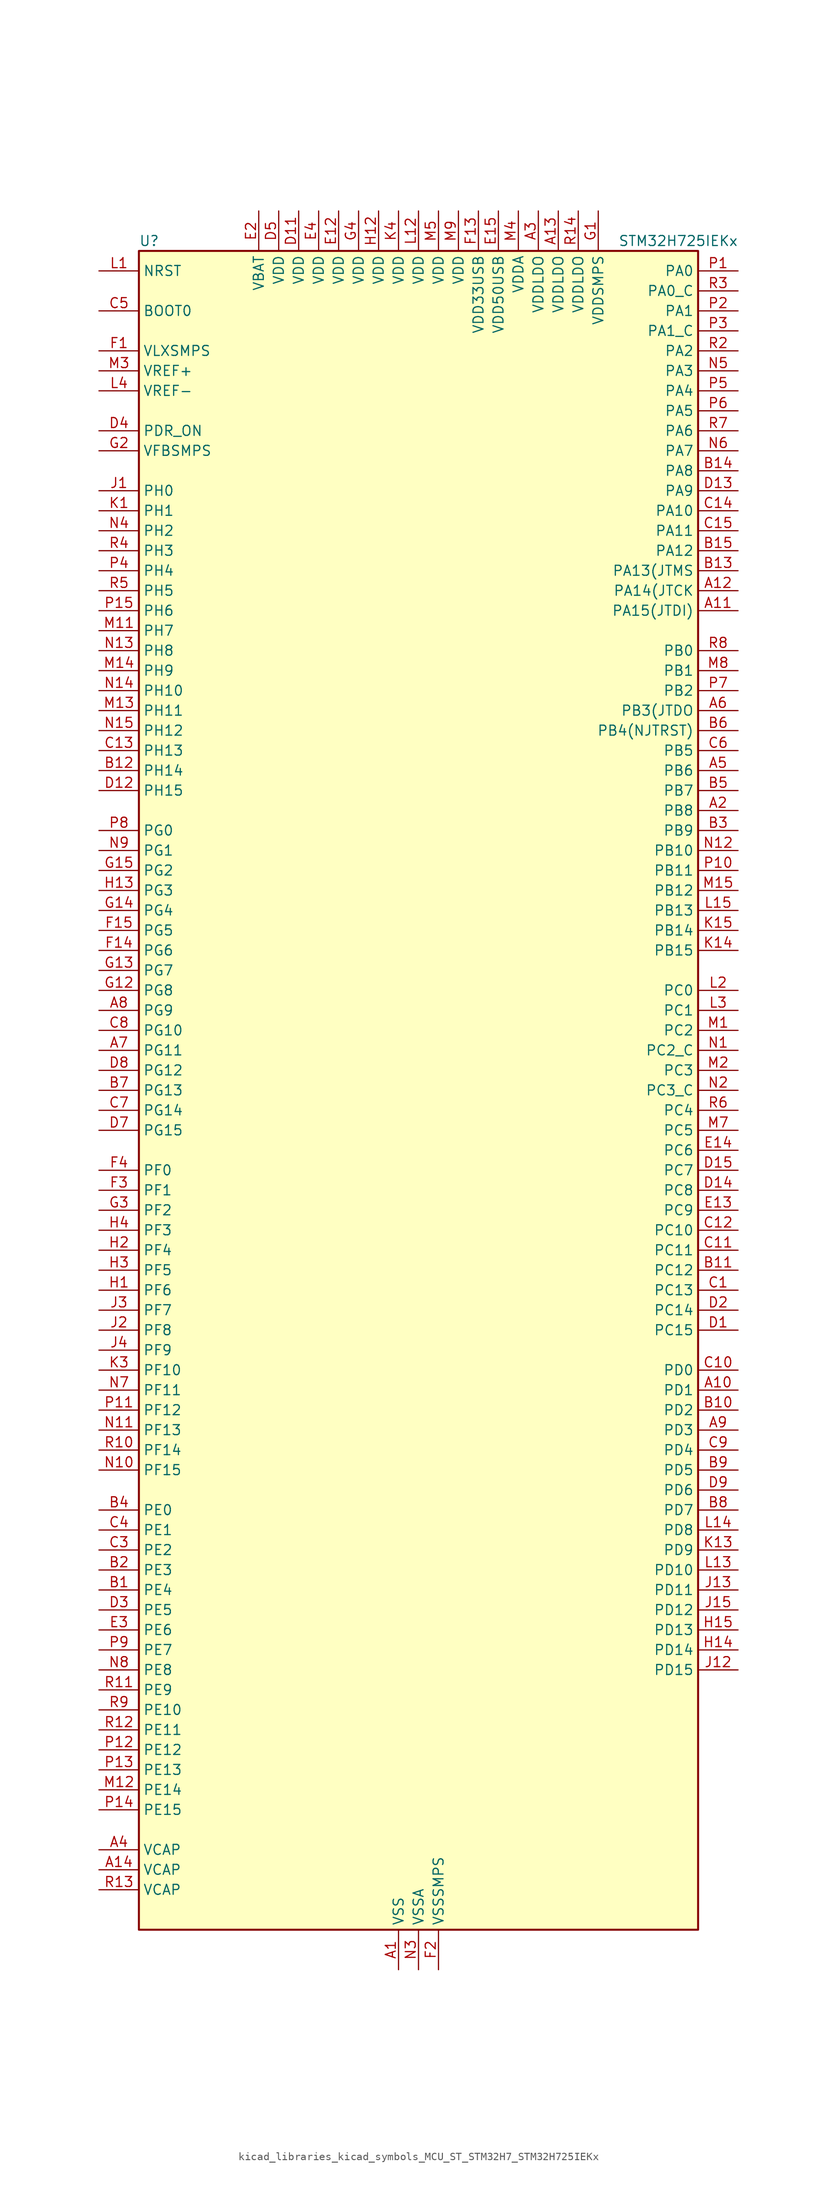
<source format=kicad_sym>
(kicad_symbol_lib
  (version 20220914)
  (generator kicad_symbol_editor)
  (symbol "kicad_libraries_kicad_symbols_MCU_ST_STM32H7_STM32H725IEKx"
    (property "Reference" "U"
      (at -35.56 107.95 0)
      (effects (font (size 1.27 1.27)) (justify left)))
    (property "Value" "STM32H725IEKx"
      (at 25.4 107.95 0)
      (effects (font (size 1.27 1.27)) (justify left)))
    (property "ki_locked" ""
      (at 0 0 0)
      (effects (font (size 1.27 1.27))))
    (symbol "kicad_libraries_kicad_symbols_MCU_ST_STM32H7_STM32H725IEKx_0_1"
      (rectangle (start -35.56 -106.68) (end 35.56 106.68) (stroke (width 0.254) (type default)) (fill (type background))))
    (symbol "kicad_libraries_kicad_symbols_MCU_ST_STM32H7_STM32H725IEKx_1_1"
      (pin power_in line (at -2.54 -111.76 90) (length 5.08) (name "VSS" (effects (font (size 1.27 1.27)))) (number "A1" (effects (font (size 1.27 1.27)))))
      (pin bidirectional line (at 40.64 -38.1 180) (length 5.08) (name "PD1" (effects (font (size 1.27 1.27)))) (number "A10" (effects (font (size 1.27 1.27)))) (alternate "DFSDM1_DATIN6" bidirectional line) (alternate "FDCAN1_TX" bidirectional line) (alternate "FMC_D3" bidirectional line) (alternate "FMC_DA3" bidirectional line) (alternate "UART4_TX" bidirectional line))
      (pin bidirectional line (at 40.64 60.96 180) (length 5.08) (name "PA15(JTDI)" (effects (font (size 1.27 1.27)))) (number "A11" (effects (font (size 1.27 1.27)))) (alternate "ADC1_EXTI15" bidirectional line) (alternate "ADC2_EXTI15" bidirectional line) (alternate "ADC3_EXTI15" bidirectional line) (alternate "CEC" bidirectional line) (alternate "DEBUG_JTDI" bidirectional line) (alternate "I2S1_WS" bidirectional line) (alternate "I2S3_WS" bidirectional line) (alternate "I2S6_WS" bidirectional line) (alternate "LTDC_B6" bidirectional line) (alternate "LTDC_R3" bidirectional line) (alternate "SPI1_NSS" bidirectional line) (alternate "SPI3_NSS" bidirectional line) (alternate "SPI6_NSS" bidirectional line) (alternate "TIM2_CH1" bidirectional line) (alternate "TIM2_ETR" bidirectional line) (alternate "UART4_DE" bidirectional line) (alternate "UART4_RTS" bidirectional line) (alternate "UART7_TX" bidirectional line))
      (pin bidirectional line (at 40.64 63.5 180) (length 5.08) (name "PA14(JTCK" (effects (font (size 1.27 1.27)))) (number "A12" (effects (font (size 1.27 1.27)))) (alternate "DEBUG_JTCK-SWCLK" bidirectional line))
      (pin power_in line (at 17.78 111.76 270) (length 5.08) (name "VDDLDO" (effects (font (size 1.27 1.27)))) (number "A13" (effects (font (size 1.27 1.27)))))
      (pin power_out line (at -40.64 -99.06 0) (length 5.08) (name "VCAP" (effects (font (size 1.27 1.27)))) (number "A14" (effects (font (size 1.27 1.27)))))
      (pin passive line (at -2.54 -111.76 90) (length 5.08) hide (name "VSS" (effects (font (size 1.27 1.27)))) (number "A15" (effects (font (size 1.27 1.27)))))
      (pin bidirectional line (at 40.64 35.56 180) (length 5.08) (name "PB8" (effects (font (size 1.27 1.27)))) (number "A2" (effects (font (size 1.27 1.27)))) (alternate "DCMI_D6" bidirectional line) (alternate "DFSDM1_CKIN7" bidirectional line) (alternate "ETH_TXD3" bidirectional line) (alternate "FDCAN1_RX" bidirectional line) (alternate "I2C1_SCL" bidirectional line) (alternate "I2C4_SCL" bidirectional line) (alternate "LTDC_B6" bidirectional line) (alternate "PSSI_D6" bidirectional line) (alternate "SDMMC1_CKIN" bidirectional line) (alternate "SDMMC1_D4" bidirectional line) (alternate "SDMMC2_D4" bidirectional line) (alternate "TIM16_CH1" bidirectional line) (alternate "TIM4_CH3" bidirectional line) (alternate "UART4_RX" bidirectional line))
      (pin power_in line (at 15.24 111.76 270) (length 5.08) (name "VDDLDO" (effects (font (size 1.27 1.27)))) (number "A3" (effects (font (size 1.27 1.27)))))
      (pin power_out line (at -40.64 -96.52 0) (length 5.08) (name "VCAP" (effects (font (size 1.27 1.27)))) (number "A4" (effects (font (size 1.27 1.27)))))
      (pin bidirectional line (at 40.64 40.64 180) (length 5.08) (name "PB6" (effects (font (size 1.27 1.27)))) (number "A5" (effects (font (size 1.27 1.27)))) (alternate "CEC" bidirectional line) (alternate "DCMI_D5" bidirectional line) (alternate "DFSDM1_DATIN5" bidirectional line) (alternate "FDCAN2_TX" bidirectional line) (alternate "FMC_SDNE1" bidirectional line) (alternate "I2C1_SCL" bidirectional line) (alternate "I2C4_SCL" bidirectional line) (alternate "LPUART1_TX" bidirectional line) (alternate "OCTOSPIM_P1_NCS" bidirectional line) (alternate "PSSI_D5" bidirectional line) (alternate "TIM16_CH1N" bidirectional line) (alternate "TIM4_CH1" bidirectional line) (alternate "UART5_TX" bidirectional line) (alternate "USART1_TX" bidirectional line))
      (pin bidirectional line (at 40.64 48.26 180) (length 5.08) (name "PB3(JTDO" (effects (font (size 1.27 1.27)))) (number "A6" (effects (font (size 1.27 1.27)))) (alternate "CRS_SYNC" bidirectional line) (alternate "DEBUG_JTDO-SWO" bidirectional line) (alternate "I2S1_CK" bidirectional line) (alternate "I2S3_CK" bidirectional line) (alternate "I2S6_CK" bidirectional line) (alternate "SDMMC2_D2" bidirectional line) (alternate "SPI1_SCK" bidirectional line) (alternate "SPI3_SCK" bidirectional line) (alternate "SPI6_SCK" bidirectional line) (alternate "TIM24_ETR" bidirectional line) (alternate "TIM2_CH2" bidirectional line) (alternate "UART7_RX" bidirectional line))
      (pin bidirectional line (at -40.64 5.08 0) (length 5.08) (name "PG11" (effects (font (size 1.27 1.27)))) (number "A7" (effects (font (size 1.27 1.27)))) (alternate "ADC1_EXTI11" bidirectional line) (alternate "ADC2_EXTI11" bidirectional line) (alternate "ADC3_EXTI11" bidirectional line) (alternate "DCMI_D3" bidirectional line) (alternate "ETH_TX_EN" bidirectional line) (alternate "I2S1_CK" bidirectional line) (alternate "LPTIM1_IN2" bidirectional line) (alternate "LTDC_B3" bidirectional line) (alternate "OCTOSPIM_P2_IO7" bidirectional line) (alternate "PSSI_D3" bidirectional line) (alternate "SDMMC2_D2" bidirectional line) (alternate "SPDIFRX1_IN0" bidirectional line) (alternate "SPI1_SCK" bidirectional line) (alternate "USART10_RX" bidirectional line))
      (pin bidirectional line (at -40.64 10.16 0) (length 5.08) (name "PG9" (effects (font (size 1.27 1.27)))) (number "A8" (effects (font (size 1.27 1.27)))) (alternate "DAC1_EXTI9" bidirectional line) (alternate "DCMI_VSYNC" bidirectional line) (alternate "FDCAN3_TX" bidirectional line) (alternate "FMC_NCE" bidirectional line) (alternate "FMC_NE2" bidirectional line) (alternate "I2S1_SDI" bidirectional line) (alternate "OCTOSPIM_P1_IO6" bidirectional line) (alternate "PSSI_RDY" bidirectional line) (alternate "SAI4_FS_B" bidirectional line) (alternate "SDMMC2_D0" bidirectional line) (alternate "SPDIFRX1_IN3" bidirectional line) (alternate "SPI1_MISO" bidirectional line) (alternate "USART6_RX" bidirectional line))
      (pin bidirectional line (at 40.64 -43.18 180) (length 5.08) (name "PD3" (effects (font (size 1.27 1.27)))) (number "A9" (effects (font (size 1.27 1.27)))) (alternate "DCMI_D5" bidirectional line) (alternate "DFSDM1_CKOUT" bidirectional line) (alternate "FMC_CLK" bidirectional line) (alternate "I2S2_CK" bidirectional line) (alternate "LTDC_G7" bidirectional line) (alternate "PSSI_D5" bidirectional line) (alternate "SPI2_SCK" bidirectional line) (alternate "USART2_CTS" bidirectional line) (alternate "USART2_NSS" bidirectional line))
      (pin bidirectional line (at -40.64 -63.5 0) (length 5.08) (name "PE4" (effects (font (size 1.27 1.27)))) (number "B1" (effects (font (size 1.27 1.27)))) (alternate "DCMI_D4" bidirectional line) (alternate "DEBUG_TRACED1" bidirectional line) (alternate "DFSDM1_DATIN3" bidirectional line) (alternate "FMC_A20" bidirectional line) (alternate "LTDC_B0" bidirectional line) (alternate "PSSI_D4" bidirectional line) (alternate "SAI1_D2" bidirectional line) (alternate "SAI1_FS_A" bidirectional line) (alternate "SAI4_D2" bidirectional line) (alternate "SAI4_FS_A" bidirectional line) (alternate "SPI4_NSS" bidirectional line) (alternate "TIM15_CH1N" bidirectional line))
      (pin bidirectional line (at 40.64 -40.64 180) (length 5.08) (name "PD2" (effects (font (size 1.27 1.27)))) (number "B10" (effects (font (size 1.27 1.27)))) (alternate "DCMI_D11" bidirectional line) (alternate "DEBUG_TRACED2" bidirectional line) (alternate "FMC_D7" bidirectional line) (alternate "FMC_DA7" bidirectional line) (alternate "LTDC_B2" bidirectional line) (alternate "LTDC_B7" bidirectional line) (alternate "PSSI_D11" bidirectional line) (alternate "SDMMC1_CMD" bidirectional line) (alternate "TIM15_BKIN" bidirectional line) (alternate "TIM3_ETR" bidirectional line) (alternate "UART5_RX" bidirectional line))
      (pin bidirectional line (at 40.64 -22.86 180) (length 5.08) (name "PC12" (effects (font (size 1.27 1.27)))) (number "B11" (effects (font (size 1.27 1.27)))) (alternate "DCMI_D9" bidirectional line) (alternate "DEBUG_TRACED3" bidirectional line) (alternate "FMC_D6" bidirectional line) (alternate "FMC_DA6" bidirectional line) (alternate "I2C5_SMBA" bidirectional line) (alternate "I2S3_SDO" bidirectional line) (alternate "I2S6_CK" bidirectional line) (alternate "LTDC_R6" bidirectional line) (alternate "PSSI_D9" bidirectional line) (alternate "SDMMC1_CK" bidirectional line) (alternate "SPI3_MOSI" bidirectional line) (alternate "SPI6_SCK" bidirectional line) (alternate "TIM15_CH1" bidirectional line) (alternate "UART5_TX" bidirectional line) (alternate "USART3_CK" bidirectional line))
      (pin bidirectional line (at -40.64 40.64 0) (length 5.08) (name "PH14" (effects (font (size 1.27 1.27)))) (number "B12" (effects (font (size 1.27 1.27)))) (alternate "DCMI_D4" bidirectional line) (alternate "FDCAN1_RX" bidirectional line) (alternate "FMC_D22" bidirectional line) (alternate "LTDC_G3" bidirectional line) (alternate "PSSI_D4" bidirectional line) (alternate "TIM8_CH2N" bidirectional line) (alternate "UART4_RX" bidirectional line))
      (pin bidirectional line (at 40.64 66.04 180) (length 5.08) (name "PA13(JTMS" (effects (font (size 1.27 1.27)))) (number "B13" (effects (font (size 1.27 1.27)))) (alternate "DEBUG_JTMS-SWDIO" bidirectional line))
      (pin bidirectional line (at 40.64 78.74 180) (length 5.08) (name "PA8" (effects (font (size 1.27 1.27)))) (number "B14" (effects (font (size 1.27 1.27)))) (alternate "I2C3_SCL" bidirectional line) (alternate "I2C5_SCL" bidirectional line) (alternate "LTDC_B3" bidirectional line) (alternate "LTDC_R6" bidirectional line) (alternate "RCC_MCO_1" bidirectional line) (alternate "TIM1_CH1" bidirectional line) (alternate "TIM8_BKIN2" bidirectional line) (alternate "TIM8_BKIN2_COMP1" bidirectional line) (alternate "TIM8_BKIN2_COMP2" bidirectional line) (alternate "UART7_RX" bidirectional line) (alternate "USART1_CK" bidirectional line) (alternate "USB_OTG_HS_SOF" bidirectional line))
      (pin bidirectional line (at 40.64 68.58 180) (length 5.08) (name "PA12" (effects (font (size 1.27 1.27)))) (number "B15" (effects (font (size 1.27 1.27)))) (alternate "FDCAN1_TX" bidirectional line) (alternate "I2S2_CK" bidirectional line) (alternate "LPUART1_DE" bidirectional line) (alternate "LPUART1_RTS" bidirectional line) (alternate "LTDC_R5" bidirectional line) (alternate "SAI4_FS_B" bidirectional line) (alternate "SPI2_SCK" bidirectional line) (alternate "TIM1_BKIN2" bidirectional line) (alternate "TIM1_ETR" bidirectional line) (alternate "UART4_TX" bidirectional line) (alternate "USART1_DE" bidirectional line) (alternate "USART1_RTS" bidirectional line) (alternate "USB_OTG_HS_DP" bidirectional line))
      (pin bidirectional line (at -40.64 -60.96 0) (length 5.08) (name "PE3" (effects (font (size 1.27 1.27)))) (number "B2" (effects (font (size 1.27 1.27)))) (alternate "DEBUG_TRACED0" bidirectional line) (alternate "FMC_A19" bidirectional line) (alternate "SAI1_SD_B" bidirectional line) (alternate "SAI4_SD_B" bidirectional line) (alternate "TIM15_BKIN" bidirectional line) (alternate "USART10_TX" bidirectional line))
      (pin bidirectional line (at 40.64 33.02 180) (length 5.08) (name "PB9" (effects (font (size 1.27 1.27)))) (number "B3" (effects (font (size 1.27 1.27)))) (alternate "DAC1_EXTI9" bidirectional line) (alternate "DCMI_D7" bidirectional line) (alternate "DFSDM1_DATIN7" bidirectional line) (alternate "FDCAN1_TX" bidirectional line) (alternate "I2C1_SDA" bidirectional line) (alternate "I2C4_SDA" bidirectional line) (alternate "I2C4_SMBA" bidirectional line) (alternate "I2S2_WS" bidirectional line) (alternate "LTDC_B7" bidirectional line) (alternate "PSSI_D7" bidirectional line) (alternate "SDMMC1_CDIR" bidirectional line) (alternate "SDMMC1_D5" bidirectional line) (alternate "SDMMC2_D5" bidirectional line) (alternate "SPI2_NSS" bidirectional line) (alternate "TIM17_CH1" bidirectional line) (alternate "TIM4_CH4" bidirectional line) (alternate "UART4_TX" bidirectional line))
      (pin bidirectional line (at -40.64 -53.34 0) (length 5.08) (name "PE0" (effects (font (size 1.27 1.27)))) (number "B4" (effects (font (size 1.27 1.27)))) (alternate "DCMI_D2" bidirectional line) (alternate "FMC_NBL0" bidirectional line) (alternate "LPTIM1_ETR" bidirectional line) (alternate "LPTIM2_ETR" bidirectional line) (alternate "LTDC_R0" bidirectional line) (alternate "PSSI_D2" bidirectional line) (alternate "SAI4_MCLK_A" bidirectional line) (alternate "TIM4_ETR" bidirectional line) (alternate "UART8_RX" bidirectional line))
      (pin bidirectional line (at 40.64 38.1 180) (length 5.08) (name "PB7" (effects (font (size 1.27 1.27)))) (number "B5" (effects (font (size 1.27 1.27)))) (alternate "DCMI_VSYNC" bidirectional line) (alternate "DFSDM1_CKIN5" bidirectional line) (alternate "FMC_NL" bidirectional line) (alternate "I2C1_SDA" bidirectional line) (alternate "I2C4_SDA" bidirectional line) (alternate "LPUART1_RX" bidirectional line) (alternate "PSSI_RDY" bidirectional line) (alternate "PWR_PVD_IN" bidirectional line) (alternate "TIM17_CH1N" bidirectional line) (alternate "TIM4_CH2" bidirectional line) (alternate "USART1_RX" bidirectional line))
      (pin bidirectional line (at 40.64 45.72 180) (length 5.08) (name "PB4(NJTRST)" (effects (font (size 1.27 1.27)))) (number "B6" (effects (font (size 1.27 1.27)))) (alternate "DEBUG_JTRST" bidirectional line) (alternate "I2S1_SDI" bidirectional line) (alternate "I2S2_WS" bidirectional line) (alternate "I2S3_SDI" bidirectional line) (alternate "I2S6_SDI" bidirectional line) (alternate "SDMMC2_D3" bidirectional line) (alternate "SPI1_MISO" bidirectional line) (alternate "SPI2_NSS" bidirectional line) (alternate "SPI3_MISO" bidirectional line) (alternate "SPI6_MISO" bidirectional line) (alternate "TIM16_BKIN" bidirectional line) (alternate "TIM3_CH1" bidirectional line) (alternate "UART7_TX" bidirectional line))
      (pin bidirectional line (at -40.64 0 0) (length 5.08) (name "PG13" (effects (font (size 1.27 1.27)))) (number "B7" (effects (font (size 1.27 1.27)))) (alternate "DEBUG_TRACED0" bidirectional line) (alternate "ETH_TXD0" bidirectional line) (alternate "FMC_A24" bidirectional line) (alternate "I2S6_CK" bidirectional line) (alternate "LPTIM1_OUT" bidirectional line) (alternate "LTDC_R0" bidirectional line) (alternate "SDMMC2_D6" bidirectional line) (alternate "SPI6_SCK" bidirectional line) (alternate "TIM23_CH2" bidirectional line) (alternate "USART10_CTS" bidirectional line) (alternate "USART10_NSS" bidirectional line) (alternate "USART6_CTS" bidirectional line) (alternate "USART6_NSS" bidirectional line))
      (pin bidirectional line (at 40.64 -53.34 180) (length 5.08) (name "PD7" (effects (font (size 1.27 1.27)))) (number "B8" (effects (font (size 1.27 1.27)))) (alternate "DFSDM1_CKIN1" bidirectional line) (alternate "DFSDM1_DATIN4" bidirectional line) (alternate "FMC_NE1" bidirectional line) (alternate "I2S1_SDO" bidirectional line) (alternate "OCTOSPIM_P1_IO7" bidirectional line) (alternate "SDMMC2_CMD" bidirectional line) (alternate "SPDIFRX1_IN0" bidirectional line) (alternate "SPI1_MOSI" bidirectional line) (alternate "USART2_CK" bidirectional line))
      (pin bidirectional line (at 40.64 -48.26 180) (length 5.08) (name "PD5" (effects (font (size 1.27 1.27)))) (number "B9" (effects (font (size 1.27 1.27)))) (alternate "FMC_NWE" bidirectional line) (alternate "OCTOSPIM_P1_IO5" bidirectional line) (alternate "USART2_TX" bidirectional line))
      (pin bidirectional line (at 40.64 -25.4 180) (length 5.08) (name "PC13" (effects (font (size 1.27 1.27)))) (number "C1" (effects (font (size 1.27 1.27)))) (alternate "PWR_WKUP4" bidirectional line) (alternate "RTC_OUT_ALARM" bidirectional line) (alternate "RTC_OUT_CALIB" bidirectional line) (alternate "RTC_TAMP1" bidirectional line) (alternate "RTC_TS" bidirectional line))
      (pin bidirectional line (at 40.64 -35.56 180) (length 5.08) (name "PD0" (effects (font (size 1.27 1.27)))) (number "C10" (effects (font (size 1.27 1.27)))) (alternate "DFSDM1_CKIN6" bidirectional line) (alternate "FDCAN1_RX" bidirectional line) (alternate "FMC_D2" bidirectional line) (alternate "FMC_DA2" bidirectional line) (alternate "LTDC_B1" bidirectional line) (alternate "UART4_RX" bidirectional line) (alternate "UART9_CTS" bidirectional line))
      (pin bidirectional line (at 40.64 -20.32 180) (length 5.08) (name "PC11" (effects (font (size 1.27 1.27)))) (number "C11" (effects (font (size 1.27 1.27)))) (alternate "ADC1_EXTI11" bidirectional line) (alternate "ADC2_EXTI11" bidirectional line) (alternate "ADC3_EXTI11" bidirectional line) (alternate "DCMI_D4" bidirectional line) (alternate "DFSDM1_DATIN5" bidirectional line) (alternate "I2C5_SCL" bidirectional line) (alternate "I2S3_SDI" bidirectional line) (alternate "LTDC_B4" bidirectional line) (alternate "OCTOSPIM_P1_NCS" bidirectional line) (alternate "PSSI_D4" bidirectional line) (alternate "SDMMC1_D3" bidirectional line) (alternate "SPI3_MISO" bidirectional line) (alternate "UART4_RX" bidirectional line) (alternate "USART3_RX" bidirectional line))
      (pin bidirectional line (at 40.64 -17.78 180) (length 5.08) (name "PC10" (effects (font (size 1.27 1.27)))) (number "C12" (effects (font (size 1.27 1.27)))) (alternate "DCMI_D8" bidirectional line) (alternate "DFSDM1_CKIN5" bidirectional line) (alternate "I2C5_SDA" bidirectional line) (alternate "I2S3_CK" bidirectional line) (alternate "LTDC_B1" bidirectional line) (alternate "LTDC_R2" bidirectional line) (alternate "OCTOSPIM_P1_IO1" bidirectional line) (alternate "PSSI_D8" bidirectional line) (alternate "SDMMC1_D2" bidirectional line) (alternate "SPI3_SCK" bidirectional line) (alternate "SWPMI1_RX" bidirectional line) (alternate "UART4_TX" bidirectional line) (alternate "USART3_TX" bidirectional line))
      (pin bidirectional line (at -40.64 43.18 0) (length 5.08) (name "PH13" (effects (font (size 1.27 1.27)))) (number "C13" (effects (font (size 1.27 1.27)))) (alternate "FDCAN1_TX" bidirectional line) (alternate "FMC_D21" bidirectional line) (alternate "LTDC_G2" bidirectional line) (alternate "TIM8_CH1N" bidirectional line) (alternate "UART4_TX" bidirectional line))
      (pin bidirectional line (at 40.64 73.66 180) (length 5.08) (name "PA10" (effects (font (size 1.27 1.27)))) (number "C14" (effects (font (size 1.27 1.27)))) (alternate "DCMI_D1" bidirectional line) (alternate "LPUART1_RX" bidirectional line) (alternate "LTDC_B1" bidirectional line) (alternate "LTDC_B4" bidirectional line) (alternate "MDIOS_MDIO" bidirectional line) (alternate "PSSI_D1" bidirectional line) (alternate "TIM1_CH3" bidirectional line) (alternate "USART1_RX" bidirectional line) (alternate "USB_OTG_HS_ID" bidirectional line))
      (pin bidirectional line (at 40.64 71.12 180) (length 5.08) (name "PA11" (effects (font (size 1.27 1.27)))) (number "C15" (effects (font (size 1.27 1.27)))) (alternate "ADC1_EXTI11" bidirectional line) (alternate "ADC2_EXTI11" bidirectional line) (alternate "ADC3_EXTI11" bidirectional line) (alternate "FDCAN1_RX" bidirectional line) (alternate "I2S2_WS" bidirectional line) (alternate "LPUART1_CTS" bidirectional line) (alternate "LTDC_R4" bidirectional line) (alternate "SPI2_NSS" bidirectional line) (alternate "TIM1_CH4" bidirectional line) (alternate "UART4_RX" bidirectional line) (alternate "USART1_CTS" bidirectional line) (alternate "USART1_NSS" bidirectional line) (alternate "USB_OTG_HS_DM" bidirectional line))
      (pin passive line (at -2.54 -111.76 90) (length 5.08) hide (name "VSS" (effects (font (size 1.27 1.27)))) (number "C2" (effects (font (size 1.27 1.27)))))
      (pin bidirectional line (at -40.64 -58.42 0) (length 5.08) (name "PE2" (effects (font (size 1.27 1.27)))) (number "C3" (effects (font (size 1.27 1.27)))) (alternate "DEBUG_TRACECLK" bidirectional line) (alternate "ETH_TXD3" bidirectional line) (alternate "FMC_A23" bidirectional line) (alternate "OCTOSPIM_P1_IO2" bidirectional line) (alternate "SAI1_CK1" bidirectional line) (alternate "SAI1_MCLK_A" bidirectional line) (alternate "SAI4_CK1" bidirectional line) (alternate "SAI4_MCLK_A" bidirectional line) (alternate "SPI4_SCK" bidirectional line) (alternate "USART10_RX" bidirectional line))
      (pin bidirectional line (at -40.64 -55.88 0) (length 5.08) (name "PE1" (effects (font (size 1.27 1.27)))) (number "C4" (effects (font (size 1.27 1.27)))) (alternate "DCMI_D3" bidirectional line) (alternate "FMC_NBL1" bidirectional line) (alternate "LPTIM1_IN2" bidirectional line) (alternate "LTDC_R6" bidirectional line) (alternate "PSSI_D3" bidirectional line) (alternate "UART8_TX" bidirectional line))
      (pin input line (at -40.64 99.06 0) (length 5.08) (name "BOOT0" (effects (font (size 1.27 1.27)))) (number "C5" (effects (font (size 1.27 1.27)))))
      (pin bidirectional line (at 40.64 43.18 180) (length 5.08) (name "PB5" (effects (font (size 1.27 1.27)))) (number "C6" (effects (font (size 1.27 1.27)))) (alternate "DCMI_D10" bidirectional line) (alternate "ETH_PPS_OUT" bidirectional line) (alternate "FDCAN2_RX" bidirectional line) (alternate "FMC_SDCKE1" bidirectional line) (alternate "I2C1_SMBA" bidirectional line) (alternate "I2C4_SMBA" bidirectional line) (alternate "I2S1_SDO" bidirectional line) (alternate "I2S3_SDO" bidirectional line) (alternate "I2S6_SDO" bidirectional line) (alternate "LTDC_B5" bidirectional line) (alternate "PSSI_D10" bidirectional line) (alternate "SPI1_MOSI" bidirectional line) (alternate "SPI3_MOSI" bidirectional line) (alternate "SPI6_MOSI" bidirectional line) (alternate "TIM17_BKIN" bidirectional line) (alternate "TIM3_CH2" bidirectional line) (alternate "UART5_RX" bidirectional line) (alternate "USB_OTG_HS_ULPI_D7" bidirectional line))
      (pin bidirectional line (at -40.64 -2.54 0) (length 5.08) (name "PG14" (effects (font (size 1.27 1.27)))) (number "C7" (effects (font (size 1.27 1.27)))) (alternate "DEBUG_TRACED1" bidirectional line) (alternate "ETH_TXD1" bidirectional line) (alternate "FMC_A25" bidirectional line) (alternate "I2S6_SDO" bidirectional line) (alternate "LPTIM1_ETR" bidirectional line) (alternate "LTDC_B0" bidirectional line) (alternate "OCTOSPIM_P1_IO7" bidirectional line) (alternate "SDMMC2_D7" bidirectional line) (alternate "SPI6_MOSI" bidirectional line) (alternate "TIM23_CH3" bidirectional line) (alternate "USART10_DE" bidirectional line) (alternate "USART10_RTS" bidirectional line) (alternate "USART6_TX" bidirectional line))
      (pin bidirectional line (at -40.64 7.62 0) (length 5.08) (name "PG10" (effects (font (size 1.27 1.27)))) (number "C8" (effects (font (size 1.27 1.27)))) (alternate "DCMI_D2" bidirectional line) (alternate "FDCAN3_RX" bidirectional line) (alternate "FMC_NE3" bidirectional line) (alternate "I2S1_WS" bidirectional line) (alternate "LTDC_B2" bidirectional line) (alternate "LTDC_G3" bidirectional line) (alternate "OCTOSPIM_P2_IO6" bidirectional line) (alternate "PSSI_D2" bidirectional line) (alternate "SAI4_SD_B" bidirectional line) (alternate "SDMMC2_D1" bidirectional line) (alternate "SPI1_NSS" bidirectional line))
      (pin bidirectional line (at 40.64 -45.72 180) (length 5.08) (name "PD4" (effects (font (size 1.27 1.27)))) (number "C9" (effects (font (size 1.27 1.27)))) (alternate "FMC_NOE" bidirectional line) (alternate "OCTOSPIM_P1_IO4" bidirectional line) (alternate "USART2_DE" bidirectional line) (alternate "USART2_RTS" bidirectional line))
      (pin bidirectional line (at 40.64 -30.48 180) (length 5.08) (name "PC15" (effects (font (size 1.27 1.27)))) (number "D1" (effects (font (size 1.27 1.27)))) (alternate "ADC1_EXTI15" bidirectional line) (alternate "ADC2_EXTI15" bidirectional line) (alternate "ADC3_EXTI15" bidirectional line) (alternate "RCC_OSC32_OUT" bidirectional line))
      (pin passive line (at -2.54 -111.76 90) (length 5.08) hide (name "VSS" (effects (font (size 1.27 1.27)))) (number "D10" (effects (font (size 1.27 1.27)))))
      (pin power_in line (at -15.24 111.76 270) (length 5.08) (name "VDD" (effects (font (size 1.27 1.27)))) (number "D11" (effects (font (size 1.27 1.27)))))
      (pin bidirectional line (at -40.64 38.1 0) (length 5.08) (name "PH15" (effects (font (size 1.27 1.27)))) (number "D12" (effects (font (size 1.27 1.27)))) (alternate "ADC1_EXTI15" bidirectional line) (alternate "ADC2_EXTI15" bidirectional line) (alternate "ADC3_EXTI15" bidirectional line) (alternate "DCMI_D11" bidirectional line) (alternate "FMC_D23" bidirectional line) (alternate "LTDC_G4" bidirectional line) (alternate "PSSI_D11" bidirectional line) (alternate "TIM8_CH3N" bidirectional line))
      (pin bidirectional line (at 40.64 76.2 180) (length 5.08) (name "PA9" (effects (font (size 1.27 1.27)))) (number "D13" (effects (font (size 1.27 1.27)))) (alternate "DAC1_EXTI9" bidirectional line) (alternate "DCMI_D0" bidirectional line) (alternate "ETH_TX_ER" bidirectional line) (alternate "I2C3_SMBA" bidirectional line) (alternate "I2C5_SMBA" bidirectional line) (alternate "I2S2_CK" bidirectional line) (alternate "LPUART1_TX" bidirectional line) (alternate "LTDC_R5" bidirectional line) (alternate "PSSI_D0" bidirectional line) (alternate "SPI2_SCK" bidirectional line) (alternate "TIM1_CH2" bidirectional line) (alternate "USART1_TX" bidirectional line) (alternate "USB_OTG_HS_VBUS" bidirectional line))
      (pin bidirectional line (at 40.64 -12.7 180) (length 5.08) (name "PC8" (effects (font (size 1.27 1.27)))) (number "D14" (effects (font (size 1.27 1.27)))) (alternate "DCMI_D2" bidirectional line) (alternate "DEBUG_TRACED1" bidirectional line) (alternate "FMC_INT" bidirectional line) (alternate "FMC_NCE" bidirectional line) (alternate "FMC_NE2" bidirectional line) (alternate "PSSI_D2" bidirectional line) (alternate "SDMMC1_D0" bidirectional line) (alternate "SWPMI1_RX" bidirectional line) (alternate "TIM3_CH3" bidirectional line) (alternate "TIM8_CH3" bidirectional line) (alternate "UART5_DE" bidirectional line) (alternate "UART5_RTS" bidirectional line) (alternate "USART6_CK" bidirectional line))
      (pin bidirectional line (at 40.64 -10.16 180) (length 5.08) (name "PC7" (effects (font (size 1.27 1.27)))) (number "D15" (effects (font (size 1.27 1.27)))) (alternate "DCMI_D1" bidirectional line) (alternate "DEBUG_TRGIO" bidirectional line) (alternate "DFSDM1_DATIN3" bidirectional line) (alternate "FMC_NE1" bidirectional line) (alternate "I2S3_MCK" bidirectional line) (alternate "LTDC_G6" bidirectional line) (alternate "PSSI_D1" bidirectional line) (alternate "SDMMC1_D123DIR" bidirectional line) (alternate "SDMMC1_D7" bidirectional line) (alternate "SDMMC2_D7" bidirectional line) (alternate "SWPMI1_TX" bidirectional line) (alternate "TIM3_CH2" bidirectional line) (alternate "TIM8_CH2" bidirectional line) (alternate "USART6_RX" bidirectional line))
      (pin bidirectional line (at 40.64 -27.94 180) (length 5.08) (name "PC14" (effects (font (size 1.27 1.27)))) (number "D2" (effects (font (size 1.27 1.27)))) (alternate "RCC_OSC32_IN" bidirectional line))
      (pin bidirectional line (at -40.64 -66.04 0) (length 5.08) (name "PE5" (effects (font (size 1.27 1.27)))) (number "D3" (effects (font (size 1.27 1.27)))) (alternate "DCMI_D6" bidirectional line) (alternate "DEBUG_TRACED2" bidirectional line) (alternate "DFSDM1_CKIN3" bidirectional line) (alternate "FMC_A21" bidirectional line) (alternate "LTDC_G0" bidirectional line) (alternate "PSSI_D6" bidirectional line) (alternate "SAI1_CK2" bidirectional line) (alternate "SAI1_SCK_A" bidirectional line) (alternate "SAI4_CK2" bidirectional line) (alternate "SAI4_SCK_A" bidirectional line) (alternate "SPI4_MISO" bidirectional line) (alternate "TIM15_CH1" bidirectional line))
      (pin input line (at -40.64 83.82 0) (length 5.08) (name "PDR_ON" (effects (font (size 1.27 1.27)))) (number "D4" (effects (font (size 1.27 1.27)))))
      (pin power_in line (at -17.78 111.76 270) (length 5.08) (name "VDD" (effects (font (size 1.27 1.27)))) (number "D5" (effects (font (size 1.27 1.27)))))
      (pin passive line (at -2.54 -111.76 90) (length 5.08) hide (name "VSS" (effects (font (size 1.27 1.27)))) (number "D6" (effects (font (size 1.27 1.27)))))
      (pin bidirectional line (at -40.64 -5.08 0) (length 5.08) (name "PG15" (effects (font (size 1.27 1.27)))) (number "D7" (effects (font (size 1.27 1.27)))) (alternate "ADC1_EXTI15" bidirectional line) (alternate "ADC2_EXTI15" bidirectional line) (alternate "ADC3_EXTI15" bidirectional line) (alternate "DCMI_D13" bidirectional line) (alternate "FMC_SDNCAS" bidirectional line) (alternate "OCTOSPIM_P2_DQS" bidirectional line) (alternate "PSSI_D13" bidirectional line) (alternate "USART10_CK" bidirectional line) (alternate "USART6_CTS" bidirectional line) (alternate "USART6_NSS" bidirectional line))
      (pin bidirectional line (at -40.64 2.54 0) (length 5.08) (name "PG12" (effects (font (size 1.27 1.27)))) (number "D8" (effects (font (size 1.27 1.27)))) (alternate "ETH_TXD1" bidirectional line) (alternate "FMC_NE4" bidirectional line) (alternate "I2S6_SDI" bidirectional line) (alternate "LPTIM1_IN1" bidirectional line) (alternate "LTDC_B1" bidirectional line) (alternate "LTDC_B4" bidirectional line) (alternate "OCTOSPIM_P2_NCS" bidirectional line) (alternate "SDMMC2_D3" bidirectional line) (alternate "SPDIFRX1_IN1" bidirectional line) (alternate "SPI6_MISO" bidirectional line) (alternate "TIM23_CH1" bidirectional line) (alternate "USART10_TX" bidirectional line) (alternate "USART6_DE" bidirectional line) (alternate "USART6_RTS" bidirectional line))
      (pin bidirectional line (at 40.64 -50.8 180) (length 5.08) (name "PD6" (effects (font (size 1.27 1.27)))) (number "D9" (effects (font (size 1.27 1.27)))) (alternate "DCMI_D10" bidirectional line) (alternate "DFSDM1_CKIN4" bidirectional line) (alternate "DFSDM1_DATIN1" bidirectional line) (alternate "FMC_NWAIT" bidirectional line) (alternate "I2S3_SDO" bidirectional line) (alternate "LTDC_B2" bidirectional line) (alternate "OCTOSPIM_P1_IO6" bidirectional line) (alternate "PSSI_D10" bidirectional line) (alternate "SAI1_D1" bidirectional line) (alternate "SAI1_SD_A" bidirectional line) (alternate "SAI4_D1" bidirectional line) (alternate "SAI4_SD_A" bidirectional line) (alternate "SDMMC2_CK" bidirectional line) (alternate "SPI3_MOSI" bidirectional line) (alternate "USART2_RX" bidirectional line))
      (pin passive line (at -2.54 -111.76 90) (length 5.08) hide (name "VSS" (effects (font (size 1.27 1.27)))) (number "E1" (effects (font (size 1.27 1.27)))))
      (pin power_in line (at -10.16 111.76 270) (length 5.08) (name "VDD" (effects (font (size 1.27 1.27)))) (number "E12" (effects (font (size 1.27 1.27)))))
      (pin bidirectional line (at 40.64 -15.24 180) (length 5.08) (name "PC9" (effects (font (size 1.27 1.27)))) (number "E13" (effects (font (size 1.27 1.27)))) (alternate "DAC1_EXTI9" bidirectional line) (alternate "DCMI_D3" bidirectional line) (alternate "I2C3_SDA" bidirectional line) (alternate "I2C5_SDA" bidirectional line) (alternate "I2S_CKIN" bidirectional line) (alternate "LTDC_B2" bidirectional line) (alternate "LTDC_G3" bidirectional line) (alternate "OCTOSPIM_P1_IO0" bidirectional line) (alternate "PSSI_D3" bidirectional line) (alternate "RCC_MCO_2" bidirectional line) (alternate "SDMMC1_D1" bidirectional line) (alternate "SWPMI1_SUSPEND" bidirectional line) (alternate "TIM3_CH4" bidirectional line) (alternate "TIM8_CH4" bidirectional line) (alternate "UART5_CTS" bidirectional line))
      (pin bidirectional line (at 40.64 -7.62 180) (length 5.08) (name "PC6" (effects (font (size 1.27 1.27)))) (number "E14" (effects (font (size 1.27 1.27)))) (alternate "DCMI_D0" bidirectional line) (alternate "DFSDM1_CKIN3" bidirectional line) (alternate "FMC_NWAIT" bidirectional line) (alternate "I2S2_MCK" bidirectional line) (alternate "LTDC_HSYNC" bidirectional line) (alternate "PSSI_D0" bidirectional line) (alternate "SDMMC1_D0DIR" bidirectional line) (alternate "SDMMC1_D6" bidirectional line) (alternate "SDMMC2_D6" bidirectional line) (alternate "SWPMI1_IO" bidirectional line) (alternate "TIM3_CH1" bidirectional line) (alternate "TIM8_CH1" bidirectional line) (alternate "USART6_TX" bidirectional line))
      (pin power_in line (at 10.16 111.76 270) (length 5.08) (name "VDD50USB" (effects (font (size 1.27 1.27)))) (number "E15" (effects (font (size 1.27 1.27)))))
      (pin power_in line (at -20.32 111.76 270) (length 5.08) (name "VBAT" (effects (font (size 1.27 1.27)))) (number "E2" (effects (font (size 1.27 1.27)))))
      (pin bidirectional line (at -40.64 -68.58 0) (length 5.08) (name "PE6" (effects (font (size 1.27 1.27)))) (number "E3" (effects (font (size 1.27 1.27)))) (alternate "DCMI_D7" bidirectional line) (alternate "DEBUG_TRACED3" bidirectional line) (alternate "FMC_A22" bidirectional line) (alternate "LTDC_G1" bidirectional line) (alternate "PSSI_D7" bidirectional line) (alternate "SAI1_D1" bidirectional line) (alternate "SAI1_SD_A" bidirectional line) (alternate "SAI4_D1" bidirectional line) (alternate "SAI4_MCLK_B" bidirectional line) (alternate "SAI4_SD_A" bidirectional line) (alternate "SPI4_MOSI" bidirectional line) (alternate "TIM15_CH2" bidirectional line) (alternate "TIM1_BKIN2" bidirectional line) (alternate "TIM1_BKIN2_COMP1" bidirectional line) (alternate "TIM1_BKIN2_COMP2" bidirectional line))
      (pin power_in line (at -12.7 111.76 270) (length 5.08) (name "VDD" (effects (font (size 1.27 1.27)))) (number "E4" (effects (font (size 1.27 1.27)))))
      (pin power_in line (at -40.64 93.98 0) (length 5.08) (name "VLXSMPS" (effects (font (size 1.27 1.27)))) (number "F1" (effects (font (size 1.27 1.27)))))
      (pin passive line (at -2.54 -111.76 90) (length 5.08) hide (name "VSS" (effects (font (size 1.27 1.27)))) (number "F10" (effects (font (size 1.27 1.27)))))
      (pin passive line (at -2.54 -111.76 90) (length 5.08) hide (name "VSS" (effects (font (size 1.27 1.27)))) (number "F12" (effects (font (size 1.27 1.27)))))
      (pin power_in line (at 7.62 111.76 270) (length 5.08) (name "VDD33USB" (effects (font (size 1.27 1.27)))) (number "F13" (effects (font (size 1.27 1.27)))))
      (pin bidirectional line (at -40.64 17.78 0) (length 5.08) (name "PG6" (effects (font (size 1.27 1.27)))) (number "F14" (effects (font (size 1.27 1.27)))) (alternate "DCMI_D12" bidirectional line) (alternate "FMC_NE3" bidirectional line) (alternate "LTDC_R7" bidirectional line) (alternate "OCTOSPIM_P1_NCS" bidirectional line) (alternate "PSSI_D12" bidirectional line) (alternate "TIM17_BKIN" bidirectional line))
      (pin bidirectional line (at -40.64 20.32 0) (length 5.08) (name "PG5" (effects (font (size 1.27 1.27)))) (number "F15" (effects (font (size 1.27 1.27)))) (alternate "FMC_A15" bidirectional line) (alternate "FMC_BA1" bidirectional line) (alternate "TIM1_ETR" bidirectional line))
      (pin power_in line (at 2.54 -111.76 90) (length 5.08) (name "VSSSMPS" (effects (font (size 1.27 1.27)))) (number "F2" (effects (font (size 1.27 1.27)))))
      (pin bidirectional line (at -40.64 -12.7 0) (length 5.08) (name "PF1" (effects (font (size 1.27 1.27)))) (number "F3" (effects (font (size 1.27 1.27)))) (alternate "FMC_A1" bidirectional line) (alternate "I2C2_SCL" bidirectional line) (alternate "I2C5_SCL" bidirectional line) (alternate "OCTOSPIM_P2_IO1" bidirectional line) (alternate "TIM23_CH2" bidirectional line))
      (pin bidirectional line (at -40.64 -10.16 0) (length 5.08) (name "PF0" (effects (font (size 1.27 1.27)))) (number "F4" (effects (font (size 1.27 1.27)))) (alternate "FMC_A0" bidirectional line) (alternate "I2C2_SDA" bidirectional line) (alternate "I2C5_SDA" bidirectional line) (alternate "OCTOSPIM_P2_IO0" bidirectional line) (alternate "TIM23_CH1" bidirectional line))
      (pin passive line (at -2.54 -111.76 90) (length 5.08) hide (name "VSS" (effects (font (size 1.27 1.27)))) (number "F6" (effects (font (size 1.27 1.27)))))
      (pin passive line (at -2.54 -111.76 90) (length 5.08) hide (name "VSS" (effects (font (size 1.27 1.27)))) (number "F7" (effects (font (size 1.27 1.27)))))
      (pin passive line (at -2.54 -111.76 90) (length 5.08) hide (name "VSS" (effects (font (size 1.27 1.27)))) (number "F8" (effects (font (size 1.27 1.27)))))
      (pin passive line (at -2.54 -111.76 90) (length 5.08) hide (name "VSS" (effects (font (size 1.27 1.27)))) (number "F9" (effects (font (size 1.27 1.27)))))
      (pin power_in line (at 22.86 111.76 270) (length 5.08) (name "VDDSMPS" (effects (font (size 1.27 1.27)))) (number "G1" (effects (font (size 1.27 1.27)))))
      (pin passive line (at -2.54 -111.76 90) (length 5.08) hide (name "VSS" (effects (font (size 1.27 1.27)))) (number "G10" (effects (font (size 1.27 1.27)))))
      (pin bidirectional line (at -40.64 12.7 0) (length 5.08) (name "PG8" (effects (font (size 1.27 1.27)))) (number "G12" (effects (font (size 1.27 1.27)))) (alternate "ETH_PPS_OUT" bidirectional line) (alternate "FMC_SDCLK" bidirectional line) (alternate "I2S6_WS" bidirectional line) (alternate "LTDC_G7" bidirectional line) (alternate "SPDIFRX1_IN2" bidirectional line) (alternate "SPI6_NSS" bidirectional line) (alternate "TIM8_ETR" bidirectional line) (alternate "USART6_DE" bidirectional line) (alternate "USART6_RTS" bidirectional line))
      (pin bidirectional line (at -40.64 15.24 0) (length 5.08) (name "PG7" (effects (font (size 1.27 1.27)))) (number "G13" (effects (font (size 1.27 1.27)))) (alternate "DCMI_D13" bidirectional line) (alternate "FMC_INT" bidirectional line) (alternate "LTDC_CLK" bidirectional line) (alternate "OCTOSPIM_P2_DQS" bidirectional line) (alternate "PSSI_D13" bidirectional line) (alternate "SAI1_MCLK_A" bidirectional line) (alternate "USART6_CK" bidirectional line))
      (pin bidirectional line (at -40.64 22.86 0) (length 5.08) (name "PG4" (effects (font (size 1.27 1.27)))) (number "G14" (effects (font (size 1.27 1.27)))) (alternate "FMC_A14" bidirectional line) (alternate "FMC_BA0" bidirectional line) (alternate "TIM1_BKIN2" bidirectional line) (alternate "TIM1_BKIN2_COMP1" bidirectional line) (alternate "TIM1_BKIN2_COMP2" bidirectional line))
      (pin bidirectional line (at -40.64 27.94 0) (length 5.08) (name "PG2" (effects (font (size 1.27 1.27)))) (number "G15" (effects (font (size 1.27 1.27)))) (alternate "FMC_A12" bidirectional line) (alternate "TIM24_ETR" bidirectional line) (alternate "TIM8_BKIN" bidirectional line) (alternate "TIM8_BKIN_COMP1" bidirectional line) (alternate "TIM8_BKIN_COMP2" bidirectional line))
      (pin input line (at -40.64 81.28 0) (length 5.08) (name "VFBSMPS" (effects (font (size 1.27 1.27)))) (number "G2" (effects (font (size 1.27 1.27)))))
      (pin bidirectional line (at -40.64 -15.24 0) (length 5.08) (name "PF2" (effects (font (size 1.27 1.27)))) (number "G3" (effects (font (size 1.27 1.27)))) (alternate "FMC_A2" bidirectional line) (alternate "I2C2_SMBA" bidirectional line) (alternate "I2C5_SMBA" bidirectional line) (alternate "OCTOSPIM_P2_IO2" bidirectional line) (alternate "TIM23_CH3" bidirectional line))
      (pin power_in line (at -7.62 111.76 270) (length 5.08) (name "VDD" (effects (font (size 1.27 1.27)))) (number "G4" (effects (font (size 1.27 1.27)))))
      (pin passive line (at -2.54 -111.76 90) (length 5.08) hide (name "VSS" (effects (font (size 1.27 1.27)))) (number "G6" (effects (font (size 1.27 1.27)))))
      (pin passive line (at -2.54 -111.76 90) (length 5.08) hide (name "VSS" (effects (font (size 1.27 1.27)))) (number "G7" (effects (font (size 1.27 1.27)))))
      (pin passive line (at -2.54 -111.76 90) (length 5.08) hide (name "VSS" (effects (font (size 1.27 1.27)))) (number "G8" (effects (font (size 1.27 1.27)))))
      (pin passive line (at -2.54 -111.76 90) (length 5.08) hide (name "VSS" (effects (font (size 1.27 1.27)))) (number "G9" (effects (font (size 1.27 1.27)))))
      (pin bidirectional line (at -40.64 -25.4 0) (length 5.08) (name "PF6" (effects (font (size 1.27 1.27)))) (number "H1" (effects (font (size 1.27 1.27)))) (alternate "ADC3_INN4" bidirectional line) (alternate "ADC3_INP8" bidirectional line) (alternate "FDCAN3_RX" bidirectional line) (alternate "OCTOSPIM_P1_IO3" bidirectional line) (alternate "SAI1_SD_B" bidirectional line) (alternate "SAI4_SD_B" bidirectional line) (alternate "SPI5_NSS" bidirectional line) (alternate "TIM16_CH1" bidirectional line) (alternate "TIM23_CH1" bidirectional line) (alternate "UART7_RX" bidirectional line))
      (pin passive line (at -2.54 -111.76 90) (length 5.08) hide (name "VSS" (effects (font (size 1.27 1.27)))) (number "H10" (effects (font (size 1.27 1.27)))))
      (pin power_in line (at -5.08 111.76 270) (length 5.08) (name "VDD" (effects (font (size 1.27 1.27)))) (number "H12" (effects (font (size 1.27 1.27)))))
      (pin bidirectional line (at -40.64 25.4 0) (length 5.08) (name "PG3" (effects (font (size 1.27 1.27)))) (number "H13" (effects (font (size 1.27 1.27)))) (alternate "FMC_A13" bidirectional line) (alternate "TIM23_ETR" bidirectional line) (alternate "TIM8_BKIN2" bidirectional line) (alternate "TIM8_BKIN2_COMP1" bidirectional line) (alternate "TIM8_BKIN2_COMP2" bidirectional line))
      (pin bidirectional line (at 40.64 -71.12 180) (length 5.08) (name "PD14" (effects (font (size 1.27 1.27)))) (number "H14" (effects (font (size 1.27 1.27)))) (alternate "FMC_D0" bidirectional line) (alternate "FMC_DA0" bidirectional line) (alternate "TIM4_CH3" bidirectional line) (alternate "UART8_CTS" bidirectional line) (alternate "UART9_RX" bidirectional line))
      (pin bidirectional line (at 40.64 -68.58 180) (length 5.08) (name "PD13" (effects (font (size 1.27 1.27)))) (number "H15" (effects (font (size 1.27 1.27)))) (alternate "DCMI_D13" bidirectional line) (alternate "FDCAN3_TX" bidirectional line) (alternate "FMC_A18" bidirectional line) (alternate "I2C4_SDA" bidirectional line) (alternate "LPTIM1_OUT" bidirectional line) (alternate "OCTOSPIM_P1_IO3" bidirectional line) (alternate "PSSI_D13" bidirectional line) (alternate "SAI4_SCK_A" bidirectional line) (alternate "TIM4_CH2" bidirectional line) (alternate "UART9_DE" bidirectional line) (alternate "UART9_RTS" bidirectional line))
      (pin bidirectional line (at -40.64 -20.32 0) (length 5.08) (name "PF4" (effects (font (size 1.27 1.27)))) (number "H2" (effects (font (size 1.27 1.27)))) (alternate "ADC3_INN5" bidirectional line) (alternate "ADC3_INP9" bidirectional line) (alternate "FMC_A4" bidirectional line) (alternate "OCTOSPIM_P2_CLK" bidirectional line))
      (pin bidirectional line (at -40.64 -22.86 0) (length 5.08) (name "PF5" (effects (font (size 1.27 1.27)))) (number "H3" (effects (font (size 1.27 1.27)))) (alternate "ADC3_INP4" bidirectional line) (alternate "FMC_A5" bidirectional line) (alternate "OCTOSPIM_P2_NCLK" bidirectional line))
      (pin bidirectional line (at -40.64 -17.78 0) (length 5.08) (name "PF3" (effects (font (size 1.27 1.27)))) (number "H4" (effects (font (size 1.27 1.27)))) (alternate "ADC3_INP5" bidirectional line) (alternate "FMC_A3" bidirectional line) (alternate "OCTOSPIM_P2_IO3" bidirectional line) (alternate "TIM23_CH4" bidirectional line))
      (pin passive line (at -2.54 -111.76 90) (length 5.08) hide (name "VSS" (effects (font (size 1.27 1.27)))) (number "H6" (effects (font (size 1.27 1.27)))))
      (pin passive line (at -2.54 -111.76 90) (length 5.08) hide (name "VSS" (effects (font (size 1.27 1.27)))) (number "H7" (effects (font (size 1.27 1.27)))))
      (pin passive line (at -2.54 -111.76 90) (length 5.08) hide (name "VSS" (effects (font (size 1.27 1.27)))) (number "H8" (effects (font (size 1.27 1.27)))))
      (pin passive line (at -2.54 -111.76 90) (length 5.08) hide (name "VSS" (effects (font (size 1.27 1.27)))) (number "H9" (effects (font (size 1.27 1.27)))))
      (pin bidirectional line (at -40.64 76.2 0) (length 5.08) (name "PH0" (effects (font (size 1.27 1.27)))) (number "J1" (effects (font (size 1.27 1.27)))) (alternate "RCC_OSC_IN" bidirectional line))
      (pin passive line (at -2.54 -111.76 90) (length 5.08) hide (name "VSS" (effects (font (size 1.27 1.27)))) (number "J10" (effects (font (size 1.27 1.27)))))
      (pin bidirectional line (at 40.64 -73.66 180) (length 5.08) (name "PD15" (effects (font (size 1.27 1.27)))) (number "J12" (effects (font (size 1.27 1.27)))) (alternate "ADC1_EXTI15" bidirectional line) (alternate "ADC2_EXTI15" bidirectional line) (alternate "ADC3_EXTI15" bidirectional line) (alternate "FMC_D1" bidirectional line) (alternate "FMC_DA1" bidirectional line) (alternate "TIM4_CH4" bidirectional line) (alternate "UART8_DE" bidirectional line) (alternate "UART8_RTS" bidirectional line) (alternate "UART9_TX" bidirectional line))
      (pin bidirectional line (at 40.64 -63.5 180) (length 5.08) (name "PD11" (effects (font (size 1.27 1.27)))) (number "J13" (effects (font (size 1.27 1.27)))) (alternate "ADC1_EXTI11" bidirectional line) (alternate "ADC2_EXTI11" bidirectional line) (alternate "ADC3_EXTI11" bidirectional line) (alternate "FMC_A16" bidirectional line) (alternate "FMC_CLE" bidirectional line) (alternate "I2C4_SMBA" bidirectional line) (alternate "LPTIM2_IN2" bidirectional line) (alternate "OCTOSPIM_P1_IO0" bidirectional line) (alternate "SAI4_SD_A" bidirectional line) (alternate "USART3_CTS" bidirectional line) (alternate "USART3_NSS" bidirectional line))
      (pin passive line (at -2.54 -111.76 90) (length 5.08) hide (name "VSS" (effects (font (size 1.27 1.27)))) (number "J14" (effects (font (size 1.27 1.27)))))
      (pin bidirectional line (at 40.64 -66.04 180) (length 5.08) (name "PD12" (effects (font (size 1.27 1.27)))) (number "J15" (effects (font (size 1.27 1.27)))) (alternate "DCMI_D12" bidirectional line) (alternate "FDCAN3_RX" bidirectional line) (alternate "FMC_A17" bidirectional line) (alternate "FMC_ALE" bidirectional line) (alternate "I2C4_SCL" bidirectional line) (alternate "LPTIM1_IN1" bidirectional line) (alternate "LPTIM2_IN1" bidirectional line) (alternate "OCTOSPIM_P1_IO1" bidirectional line) (alternate "PSSI_D12" bidirectional line) (alternate "SAI4_FS_A" bidirectional line) (alternate "TIM4_CH1" bidirectional line) (alternate "USART3_DE" bidirectional line) (alternate "USART3_RTS" bidirectional line))
      (pin bidirectional line (at -40.64 -30.48 0) (length 5.08) (name "PF8" (effects (font (size 1.27 1.27)))) (number "J2" (effects (font (size 1.27 1.27)))) (alternate "ADC3_INN3" bidirectional line) (alternate "ADC3_INP7" bidirectional line) (alternate "OCTOSPIM_P1_IO0" bidirectional line) (alternate "SAI1_SCK_B" bidirectional line) (alternate "SAI4_SCK_B" bidirectional line) (alternate "SPI5_MISO" bidirectional line) (alternate "TIM13_CH1" bidirectional line) (alternate "TIM16_CH1N" bidirectional line) (alternate "TIM23_CH3" bidirectional line) (alternate "UART7_DE" bidirectional line) (alternate "UART7_RTS" bidirectional line))
      (pin bidirectional line (at -40.64 -27.94 0) (length 5.08) (name "PF7" (effects (font (size 1.27 1.27)))) (number "J3" (effects (font (size 1.27 1.27)))) (alternate "ADC3_INP3" bidirectional line) (alternate "FDCAN3_TX" bidirectional line) (alternate "OCTOSPIM_P1_IO2" bidirectional line) (alternate "SAI1_MCLK_B" bidirectional line) (alternate "SAI4_MCLK_B" bidirectional line) (alternate "SPI5_SCK" bidirectional line) (alternate "TIM17_CH1" bidirectional line) (alternate "TIM23_CH2" bidirectional line) (alternate "UART7_TX" bidirectional line))
      (pin bidirectional line (at -40.64 -33.02 0) (length 5.08) (name "PF9" (effects (font (size 1.27 1.27)))) (number "J4" (effects (font (size 1.27 1.27)))) (alternate "ADC3_INP2" bidirectional line) (alternate "DAC1_EXTI9" bidirectional line) (alternate "OCTOSPIM_P1_IO1" bidirectional line) (alternate "SAI1_FS_B" bidirectional line) (alternate "SAI4_FS_B" bidirectional line) (alternate "SPI5_MOSI" bidirectional line) (alternate "TIM14_CH1" bidirectional line) (alternate "TIM17_CH1N" bidirectional line) (alternate "TIM23_CH4" bidirectional line) (alternate "UART7_CTS" bidirectional line))
      (pin passive line (at -2.54 -111.76 90) (length 5.08) hide (name "VSS" (effects (font (size 1.27 1.27)))) (number "J6" (effects (font (size 1.27 1.27)))))
      (pin passive line (at -2.54 -111.76 90) (length 5.08) hide (name "VSS" (effects (font (size 1.27 1.27)))) (number "J7" (effects (font (size 1.27 1.27)))))
      (pin passive line (at -2.54 -111.76 90) (length 5.08) hide (name "VSS" (effects (font (size 1.27 1.27)))) (number "J8" (effects (font (size 1.27 1.27)))))
      (pin passive line (at -2.54 -111.76 90) (length 5.08) hide (name "VSS" (effects (font (size 1.27 1.27)))) (number "J9" (effects (font (size 1.27 1.27)))))
      (pin bidirectional line (at -40.64 73.66 0) (length 5.08) (name "PH1" (effects (font (size 1.27 1.27)))) (number "K1" (effects (font (size 1.27 1.27)))) (alternate "RCC_OSC_OUT" bidirectional line))
      (pin passive line (at -2.54 -111.76 90) (length 5.08) hide (name "VSS" (effects (font (size 1.27 1.27)))) (number "K10" (effects (font (size 1.27 1.27)))))
      (pin passive line (at -2.54 -111.76 90) (length 5.08) hide (name "VSS" (effects (font (size 1.27 1.27)))) (number "K12" (effects (font (size 1.27 1.27)))))
      (pin bidirectional line (at 40.64 -58.42 180) (length 5.08) (name "PD9" (effects (font (size 1.27 1.27)))) (number "K13" (effects (font (size 1.27 1.27)))) (alternate "DAC1_EXTI9" bidirectional line) (alternate "DFSDM1_DATIN3" bidirectional line) (alternate "FMC_D14" bidirectional line) (alternate "FMC_DA14" bidirectional line) (alternate "USART3_RX" bidirectional line))
      (pin bidirectional line (at 40.64 17.78 180) (length 5.08) (name "PB15" (effects (font (size 1.27 1.27)))) (number "K14" (effects (font (size 1.27 1.27)))) (alternate "ADC1_EXTI15" bidirectional line) (alternate "ADC2_EXTI15" bidirectional line) (alternate "ADC3_EXTI15" bidirectional line) (alternate "DFSDM1_CKIN2" bidirectional line) (alternate "FMC_D11" bidirectional line) (alternate "FMC_DA11" bidirectional line) (alternate "I2S2_SDO" bidirectional line) (alternate "LTDC_G7" bidirectional line) (alternate "RTC_REFIN" bidirectional line) (alternate "SDMMC2_D1" bidirectional line) (alternate "SPI2_MOSI" bidirectional line) (alternate "TIM12_CH2" bidirectional line) (alternate "TIM1_CH3N" bidirectional line) (alternate "TIM8_CH3N" bidirectional line) (alternate "UART4_CTS" bidirectional line) (alternate "USART1_RX" bidirectional line))
      (pin bidirectional line (at 40.64 20.32 180) (length 5.08) (name "PB14" (effects (font (size 1.27 1.27)))) (number "K15" (effects (font (size 1.27 1.27)))) (alternate "DFSDM1_DATIN2" bidirectional line) (alternate "FMC_D10" bidirectional line) (alternate "FMC_DA10" bidirectional line) (alternate "I2S2_SDI" bidirectional line) (alternate "LTDC_CLK" bidirectional line) (alternate "SDMMC2_D0" bidirectional line) (alternate "SPI2_MISO" bidirectional line) (alternate "TIM12_CH1" bidirectional line) (alternate "TIM1_CH2N" bidirectional line) (alternate "TIM8_CH2N" bidirectional line) (alternate "UART4_DE" bidirectional line) (alternate "UART4_RTS" bidirectional line) (alternate "USART1_TX" bidirectional line) (alternate "USART3_DE" bidirectional line) (alternate "USART3_RTS" bidirectional line))
      (pin passive line (at -2.54 -111.76 90) (length 5.08) hide (name "VSS" (effects (font (size 1.27 1.27)))) (number "K2" (effects (font (size 1.27 1.27)))))
      (pin bidirectional line (at -40.64 -35.56 0) (length 5.08) (name "PF10" (effects (font (size 1.27 1.27)))) (number "K3" (effects (font (size 1.27 1.27)))) (alternate "ADC3_INN2" bidirectional line) (alternate "ADC3_INP6" bidirectional line) (alternate "DCMI_D11" bidirectional line) (alternate "LTDC_DE" bidirectional line) (alternate "OCTOSPIM_P1_CLK" bidirectional line) (alternate "PSSI_D11" bidirectional line) (alternate "PSSI_D15" bidirectional line) (alternate "SAI1_D3" bidirectional line) (alternate "SAI4_D3" bidirectional line) (alternate "TIM16_BKIN" bidirectional line))
      (pin power_in line (at -2.54 111.76 270) (length 5.08) (name "VDD" (effects (font (size 1.27 1.27)))) (number "K4" (effects (font (size 1.27 1.27)))))
      (pin passive line (at -2.54 -111.76 90) (length 5.08) hide (name "VSS" (effects (font (size 1.27 1.27)))) (number "K6" (effects (font (size 1.27 1.27)))))
      (pin passive line (at -2.54 -111.76 90) (length 5.08) hide (name "VSS" (effects (font (size 1.27 1.27)))) (number "K7" (effects (font (size 1.27 1.27)))))
      (pin passive line (at -2.54 -111.76 90) (length 5.08) hide (name "VSS" (effects (font (size 1.27 1.27)))) (number "K8" (effects (font (size 1.27 1.27)))))
      (pin passive line (at -2.54 -111.76 90) (length 5.08) hide (name "VSS" (effects (font (size 1.27 1.27)))) (number "K9" (effects (font (size 1.27 1.27)))))
      (pin input line (at -40.64 104.14 0) (length 5.08) (name "NRST" (effects (font (size 1.27 1.27)))) (number "L1" (effects (font (size 1.27 1.27)))))
      (pin power_in line (at 0 111.76 270) (length 5.08) (name "VDD" (effects (font (size 1.27 1.27)))) (number "L12" (effects (font (size 1.27 1.27)))))
      (pin bidirectional line (at 40.64 -60.96 180) (length 5.08) (name "PD10" (effects (font (size 1.27 1.27)))) (number "L13" (effects (font (size 1.27 1.27)))) (alternate "DFSDM1_CKOUT" bidirectional line) (alternate "FMC_D15" bidirectional line) (alternate "FMC_DA15" bidirectional line) (alternate "LTDC_B3" bidirectional line) (alternate "USART3_CK" bidirectional line))
      (pin bidirectional line (at 40.64 -55.88 180) (length 5.08) (name "PD8" (effects (font (size 1.27 1.27)))) (number "L14" (effects (font (size 1.27 1.27)))) (alternate "DFSDM1_CKIN3" bidirectional line) (alternate "FMC_D13" bidirectional line) (alternate "FMC_DA13" bidirectional line) (alternate "SPDIFRX1_IN1" bidirectional line) (alternate "USART3_TX" bidirectional line))
      (pin bidirectional line (at 40.64 22.86 180) (length 5.08) (name "PB13" (effects (font (size 1.27 1.27)))) (number "L15" (effects (font (size 1.27 1.27)))) (alternate "DCMI_D2" bidirectional line) (alternate "DFSDM1_CKIN1" bidirectional line) (alternate "ETH_TXD1" bidirectional line) (alternate "FDCAN2_TX" bidirectional line) (alternate "I2S2_CK" bidirectional line) (alternate "LPTIM2_OUT" bidirectional line) (alternate "OCTOSPIM_P1_IO2" bidirectional line) (alternate "PSSI_D2" bidirectional line) (alternate "SDMMC1_D0" bidirectional line) (alternate "SPI2_SCK" bidirectional line) (alternate "TIM1_CH1N" bidirectional line) (alternate "UART5_TX" bidirectional line) (alternate "USART3_CTS" bidirectional line) (alternate "USART3_NSS" bidirectional line) (alternate "USB_OTG_HS_ULPI_D6" bidirectional line))
      (pin bidirectional line (at 40.64 12.7 180) (length 5.08) (name "PC0" (effects (font (size 1.27 1.27)))) (number "L2" (effects (font (size 1.27 1.27)))) (alternate "ADC1_INP10" bidirectional line) (alternate "ADC2_INP10" bidirectional line) (alternate "ADC3_INP10" bidirectional line) (alternate "DFSDM1_CKIN0" bidirectional line) (alternate "DFSDM1_DATIN4" bidirectional line) (alternate "FMC_A25" bidirectional line) (alternate "FMC_D12" bidirectional line) (alternate "FMC_DA12" bidirectional line) (alternate "FMC_SDNWE" bidirectional line) (alternate "LTDC_G2" bidirectional line) (alternate "LTDC_R5" bidirectional line) (alternate "SAI4_FS_B" bidirectional line) (alternate "USB_OTG_HS_ULPI_STP" bidirectional line))
      (pin bidirectional line (at 40.64 10.16 180) (length 5.08) (name "PC1" (effects (font (size 1.27 1.27)))) (number "L3" (effects (font (size 1.27 1.27)))) (alternate "ADC1_INN10" bidirectional line) (alternate "ADC1_INP11" bidirectional line) (alternate "ADC2_INN10" bidirectional line) (alternate "ADC2_INP11" bidirectional line) (alternate "ADC3_INN10" bidirectional line) (alternate "ADC3_INP11" bidirectional line) (alternate "DEBUG_TRACED0" bidirectional line) (alternate "DFSDM1_CKIN4" bidirectional line) (alternate "DFSDM1_DATIN0" bidirectional line) (alternate "ETH_MDC" bidirectional line) (alternate "I2S2_SDO" bidirectional line) (alternate "LTDC_G5" bidirectional line) (alternate "MDIOS_MDC" bidirectional line) (alternate "OCTOSPIM_P1_IO4" bidirectional line) (alternate "PWR_WKUP6" bidirectional line) (alternate "RTC_TAMP3" bidirectional line) (alternate "SAI1_D1" bidirectional line) (alternate "SAI1_SD_A" bidirectional line) (alternate "SAI4_D1" bidirectional line) (alternate "SAI4_SD_A" bidirectional line) (alternate "SDMMC2_CK" bidirectional line) (alternate "SPI2_MOSI" bidirectional line))
      (pin input line (at -40.64 88.9 0) (length 5.08) (name "VREF-" (effects (font (size 1.27 1.27)))) (number "L4" (effects (font (size 1.27 1.27)))))
      (pin bidirectional line (at 40.64 7.62 180) (length 5.08) (name "PC2" (effects (font (size 1.27 1.27)))) (number "M1" (effects (font (size 1.27 1.27)))) (alternate "ADC1_INN11" bidirectional line) (alternate "ADC1_INP12" bidirectional line) (alternate "ADC2_INN11" bidirectional line) (alternate "ADC2_INP12" bidirectional line) (alternate "ADC3_INN11" bidirectional line) (alternate "ADC3_INP12" bidirectional line) (alternate "DFSDM1_CKIN1" bidirectional line) (alternate "DFSDM1_CKOUT" bidirectional line) (alternate "ETH_TXD2" bidirectional line) (alternate "FMC_SDNE0" bidirectional line) (alternate "I2S2_SDI" bidirectional line) (alternate "OCTOSPIM_P1_IO2" bidirectional line) (alternate "OCTOSPIM_P1_IO5" bidirectional line) (alternate "PWR_CSTOP" bidirectional line) (alternate "SPI2_MISO" bidirectional line) (alternate "USB_OTG_HS_ULPI_DIR" bidirectional line))
      (pin passive line (at -2.54 -111.76 90) (length 5.08) hide (name "VSS" (effects (font (size 1.27 1.27)))) (number "M10" (effects (font (size 1.27 1.27)))))
      (pin bidirectional line (at -40.64 58.42 0) (length 5.08) (name "PH7" (effects (font (size 1.27 1.27)))) (number "M11" (effects (font (size 1.27 1.27)))) (alternate "DCMI_D9" bidirectional line) (alternate "ETH_RXD3" bidirectional line) (alternate "FMC_SDCKE1" bidirectional line) (alternate "I2C3_SCL" bidirectional line) (alternate "PSSI_D9" bidirectional line) (alternate "SPI5_MISO" bidirectional line))
      (pin bidirectional line (at -40.64 -88.9 0) (length 5.08) (name "PE14" (effects (font (size 1.27 1.27)))) (number "M12" (effects (font (size 1.27 1.27)))) (alternate "FMC_D11" bidirectional line) (alternate "FMC_DA11" bidirectional line) (alternate "LTDC_CLK" bidirectional line) (alternate "SAI4_MCLK_B" bidirectional line) (alternate "SPI4_MOSI" bidirectional line) (alternate "TIM1_CH4" bidirectional line))
      (pin bidirectional line (at -40.64 48.26 0) (length 5.08) (name "PH11" (effects (font (size 1.27 1.27)))) (number "M13" (effects (font (size 1.27 1.27)))) (alternate "ADC1_EXTI11" bidirectional line) (alternate "ADC2_EXTI11" bidirectional line) (alternate "ADC3_EXTI11" bidirectional line) (alternate "DCMI_D2" bidirectional line) (alternate "FMC_D19" bidirectional line) (alternate "I2C4_SCL" bidirectional line) (alternate "LTDC_R5" bidirectional line) (alternate "PSSI_D2" bidirectional line) (alternate "TIM5_CH2" bidirectional line))
      (pin bidirectional line (at -40.64 53.34 0) (length 5.08) (name "PH9" (effects (font (size 1.27 1.27)))) (number "M14" (effects (font (size 1.27 1.27)))) (alternate "DAC1_EXTI9" bidirectional line) (alternate "DCMI_D0" bidirectional line) (alternate "FMC_D17" bidirectional line) (alternate "I2C3_SMBA" bidirectional line) (alternate "LTDC_R3" bidirectional line) (alternate "PSSI_D0" bidirectional line) (alternate "TIM12_CH2" bidirectional line))
      (pin bidirectional line (at 40.64 25.4 180) (length 5.08) (name "PB12" (effects (font (size 1.27 1.27)))) (number "M15" (effects (font (size 1.27 1.27)))) (alternate "DFSDM1_DATIN1" bidirectional line) (alternate "ETH_TXD0" bidirectional line) (alternate "FDCAN2_RX" bidirectional line) (alternate "I2C2_SMBA" bidirectional line) (alternate "I2S2_WS" bidirectional line) (alternate "OCTOSPIM_P1_IO0" bidirectional line) (alternate "OCTOSPIM_P1_NCLK" bidirectional line) (alternate "SPI2_NSS" bidirectional line) (alternate "TIM1_BKIN" bidirectional line) (alternate "TIM1_BKIN_COMP1" bidirectional line) (alternate "TIM1_BKIN_COMP2" bidirectional line) (alternate "UART5_RX" bidirectional line) (alternate "USART3_CK" bidirectional line) (alternate "USB_OTG_HS_ULPI_D5" bidirectional line))
      (pin bidirectional line (at 40.64 2.54 180) (length 5.08) (name "PC3" (effects (font (size 1.27 1.27)))) (number "M2" (effects (font (size 1.27 1.27)))) (alternate "ADC1_INN12" bidirectional line) (alternate "ADC1_INP13" bidirectional line) (alternate "ADC2_INN12" bidirectional line) (alternate "ADC2_INP13" bidirectional line) (alternate "DFSDM1_DATIN1" bidirectional line) (alternate "ETH_TX_CLK" bidirectional line) (alternate "FMC_SDCKE0" bidirectional line) (alternate "I2S2_SDO" bidirectional line) (alternate "OCTOSPIM_P1_IO0" bidirectional line) (alternate "OCTOSPIM_P1_IO6" bidirectional line) (alternate "PWR_CSLEEP" bidirectional line) (alternate "SPI2_MOSI" bidirectional line) (alternate "USB_OTG_HS_ULPI_NXT" bidirectional line))
      (pin input line (at -40.64 91.44 0) (length 5.08) (name "VREF+" (effects (font (size 1.27 1.27)))) (number "M3" (effects (font (size 1.27 1.27)))) (alternate "VREFBUF_OUT" bidirectional line))
      (pin power_in line (at 12.7 111.76 270) (length 5.08) (name "VDDA" (effects (font (size 1.27 1.27)))) (number "M4" (effects (font (size 1.27 1.27)))))
      (pin power_in line (at 2.54 111.76 270) (length 5.08) (name "VDD" (effects (font (size 1.27 1.27)))) (number "M5" (effects (font (size 1.27 1.27)))))
      (pin passive line (at -2.54 -111.76 90) (length 5.08) hide (name "VSS" (effects (font (size 1.27 1.27)))) (number "M6" (effects (font (size 1.27 1.27)))))
      (pin bidirectional line (at 40.64 -5.08 180) (length 5.08) (name "PC5" (effects (font (size 1.27 1.27)))) (number "M7" (effects (font (size 1.27 1.27)))) (alternate "ADC1_INN4" bidirectional line) (alternate "ADC1_INP8" bidirectional line) (alternate "ADC2_INN4" bidirectional line) (alternate "ADC2_INP8" bidirectional line) (alternate "COMP1_OUT" bidirectional line) (alternate "DFSDM1_DATIN2" bidirectional line) (alternate "ETH_RXD1" bidirectional line) (alternate "FMC_SDCKE0" bidirectional line) (alternate "LTDC_DE" bidirectional line) (alternate "OCTOSPIM_P1_DQS" bidirectional line) (alternate "OPAMP1_VINM" bidirectional line) (alternate "PSSI_D15" bidirectional line) (alternate "SAI1_D3" bidirectional line) (alternate "SAI4_D3" bidirectional line) (alternate "SPDIFRX1_IN3" bidirectional line))
      (pin bidirectional line (at 40.64 53.34 180) (length 5.08) (name "PB1" (effects (font (size 1.27 1.27)))) (number "M8" (effects (font (size 1.27 1.27)))) (alternate "ADC1_INP5" bidirectional line) (alternate "ADC2_INP5" bidirectional line) (alternate "COMP1_INM" bidirectional line) (alternate "DFSDM1_DATIN1" bidirectional line) (alternate "ETH_RXD3" bidirectional line) (alternate "LTDC_G0" bidirectional line) (alternate "LTDC_R6" bidirectional line) (alternate "OCTOSPIM_P1_IO0" bidirectional line) (alternate "TIM1_CH3N" bidirectional line) (alternate "TIM3_CH4" bidirectional line) (alternate "TIM8_CH3N" bidirectional line) (alternate "USB_OTG_HS_ULPI_D2" bidirectional line))
      (pin power_in line (at 5.08 111.76 270) (length 5.08) (name "VDD" (effects (font (size 1.27 1.27)))) (number "M9" (effects (font (size 1.27 1.27)))))
      (pin bidirectional line (at 40.64 5.08 180) (length 5.08) (name "PC2_C" (effects (font (size 1.27 1.27)))) (number "N1" (effects (font (size 1.27 1.27)))) (alternate "ADC3_INN1" bidirectional line) (alternate "ADC3_INP0" bidirectional line) (alternate "DFSDM1_CKIN1" bidirectional line) (alternate "DFSDM1_CKOUT" bidirectional line) (alternate "ETH_TXD2" bidirectional line) (alternate "FMC_SDNE0" bidirectional line) (alternate "I2S2_SDI" bidirectional line) (alternate "OCTOSPIM_P1_IO2" bidirectional line) (alternate "OCTOSPIM_P1_IO5" bidirectional line) (alternate "PWR_CSTOP" bidirectional line) (alternate "SPI2_MISO" bidirectional line) (alternate "USB_OTG_HS_ULPI_DIR" bidirectional line))
      (pin bidirectional line (at -40.64 -48.26 0) (length 5.08) (name "PF15" (effects (font (size 1.27 1.27)))) (number "N10" (effects (font (size 1.27 1.27)))) (alternate "ADC1_EXTI15" bidirectional line) (alternate "ADC2_EXTI15" bidirectional line) (alternate "ADC3_EXTI15" bidirectional line) (alternate "FMC_A9" bidirectional line) (alternate "I2C4_SDA" bidirectional line))
      (pin bidirectional line (at -40.64 -43.18 0) (length 5.08) (name "PF13" (effects (font (size 1.27 1.27)))) (number "N11" (effects (font (size 1.27 1.27)))) (alternate "ADC2_INP2" bidirectional line) (alternate "DFSDM1_DATIN6" bidirectional line) (alternate "FMC_A7" bidirectional line) (alternate "I2C4_SMBA" bidirectional line) (alternate "TIM24_CH3" bidirectional line))
      (pin bidirectional line (at 40.64 30.48 180) (length 5.08) (name "PB10" (effects (font (size 1.27 1.27)))) (number "N12" (effects (font (size 1.27 1.27)))) (alternate "DFSDM1_DATIN7" bidirectional line) (alternate "ETH_RX_ER" bidirectional line) (alternate "I2C2_SCL" bidirectional line) (alternate "I2S2_CK" bidirectional line) (alternate "LPTIM2_IN1" bidirectional line) (alternate "LTDC_G4" bidirectional line) (alternate "OCTOSPIM_P1_NCS" bidirectional line) (alternate "SPI2_SCK" bidirectional line) (alternate "TIM2_CH3" bidirectional line) (alternate "USART3_TX" bidirectional line) (alternate "USB_OTG_HS_ULPI_D3" bidirectional line))
      (pin bidirectional line (at -40.64 55.88 0) (length 5.08) (name "PH8" (effects (font (size 1.27 1.27)))) (number "N13" (effects (font (size 1.27 1.27)))) (alternate "DCMI_HSYNC" bidirectional line) (alternate "FMC_D16" bidirectional line) (alternate "I2C3_SDA" bidirectional line) (alternate "LTDC_R2" bidirectional line) (alternate "PSSI_DE" bidirectional line) (alternate "TIM5_ETR" bidirectional line))
      (pin bidirectional line (at -40.64 50.8 0) (length 5.08) (name "PH10" (effects (font (size 1.27 1.27)))) (number "N14" (effects (font (size 1.27 1.27)))) (alternate "DCMI_D1" bidirectional line) (alternate "FMC_D18" bidirectional line) (alternate "I2C4_SMBA" bidirectional line) (alternate "LTDC_R4" bidirectional line) (alternate "PSSI_D1" bidirectional line) (alternate "TIM5_CH1" bidirectional line))
      (pin bidirectional line (at -40.64 45.72 0) (length 5.08) (name "PH12" (effects (font (size 1.27 1.27)))) (number "N15" (effects (font (size 1.27 1.27)))) (alternate "DCMI_D3" bidirectional line) (alternate "FMC_D20" bidirectional line) (alternate "I2C4_SDA" bidirectional line) (alternate "LTDC_R6" bidirectional line) (alternate "PSSI_D3" bidirectional line) (alternate "TIM5_CH3" bidirectional line))
      (pin bidirectional line (at 40.64 0 180) (length 5.08) (name "PC3_C" (effects (font (size 1.27 1.27)))) (number "N2" (effects (font (size 1.27 1.27)))) (alternate "ADC3_INP1" bidirectional line) (alternate "DFSDM1_DATIN1" bidirectional line) (alternate "ETH_TX_CLK" bidirectional line) (alternate "FMC_SDCKE0" bidirectional line) (alternate "I2S2_SDO" bidirectional line) (alternate "OCTOSPIM_P1_IO0" bidirectional line) (alternate "OCTOSPIM_P1_IO6" bidirectional line) (alternate "PWR_CSLEEP" bidirectional line) (alternate "SPI2_MOSI" bidirectional line) (alternate "USB_OTG_HS_ULPI_NXT" bidirectional line))
      (pin power_in line (at 0 -111.76 90) (length 5.08) (name "VSSA" (effects (font (size 1.27 1.27)))) (number "N3" (effects (font (size 1.27 1.27)))))
      (pin bidirectional line (at -40.64 71.12 0) (length 5.08) (name "PH2" (effects (font (size 1.27 1.27)))) (number "N4" (effects (font (size 1.27 1.27)))) (alternate "ADC3_INP13" bidirectional line) (alternate "ETH_CRS" bidirectional line) (alternate "FMC_SDCKE0" bidirectional line) (alternate "LPTIM1_IN2" bidirectional line) (alternate "LTDC_R0" bidirectional line) (alternate "OCTOSPIM_P1_IO4" bidirectional line) (alternate "SAI4_SCK_B" bidirectional line))
      (pin bidirectional line (at 40.64 91.44 180) (length 5.08) (name "PA3" (effects (font (size 1.27 1.27)))) (number "N5" (effects (font (size 1.27 1.27)))) (alternate "ADC1_INP15" bidirectional line) (alternate "ADC2_INP15" bidirectional line) (alternate "ETH_COL" bidirectional line) (alternate "I2S6_MCK" bidirectional line) (alternate "LPTIM5_OUT" bidirectional line) (alternate "LTDC_B2" bidirectional line) (alternate "LTDC_B5" bidirectional line) (alternate "OCTOSPIM_P1_CLK" bidirectional line) (alternate "OCTOSPIM_P1_IO2" bidirectional line) (alternate "TIM15_CH2" bidirectional line) (alternate "TIM2_CH4" bidirectional line) (alternate "TIM5_CH4" bidirectional line) (alternate "USART2_RX" bidirectional line) (alternate "USB_OTG_HS_ULPI_D0" bidirectional line))
      (pin bidirectional line (at 40.64 81.28 180) (length 5.08) (name "PA7" (effects (font (size 1.27 1.27)))) (number "N6" (effects (font (size 1.27 1.27)))) (alternate "ADC1_INN3" bidirectional line) (alternate "ADC1_INP7" bidirectional line) (alternate "ADC2_INN3" bidirectional line) (alternate "ADC2_INP7" bidirectional line) (alternate "ETH_CRS_DV" bidirectional line) (alternate "ETH_RX_DV" bidirectional line) (alternate "FMC_SDNWE" bidirectional line) (alternate "I2S1_SDO" bidirectional line) (alternate "I2S6_SDO" bidirectional line) (alternate "LTDC_VSYNC" bidirectional line) (alternate "OCTOSPIM_P1_IO2" bidirectional line) (alternate "OPAMP1_VINM" bidirectional line) (alternate "SPI1_MOSI" bidirectional line) (alternate "SPI6_MOSI" bidirectional line) (alternate "TIM14_CH1" bidirectional line) (alternate "TIM1_CH1N" bidirectional line) (alternate "TIM3_CH2" bidirectional line) (alternate "TIM8_CH1N" bidirectional line))
      (pin bidirectional line (at -40.64 -38.1 0) (length 5.08) (name "PF11" (effects (font (size 1.27 1.27)))) (number "N7" (effects (font (size 1.27 1.27)))) (alternate "ADC1_EXTI11" bidirectional line) (alternate "ADC1_INP2" bidirectional line) (alternate "ADC2_EXTI11" bidirectional line) (alternate "ADC3_EXTI11" bidirectional line) (alternate "DCMI_D12" bidirectional line) (alternate "FMC_SDNRAS" bidirectional line) (alternate "OCTOSPIM_P1_NCLK" bidirectional line) (alternate "PSSI_D12" bidirectional line) (alternate "SAI4_SD_B" bidirectional line) (alternate "SPI5_MOSI" bidirectional line) (alternate "TIM24_CH1" bidirectional line))
      (pin bidirectional line (at -40.64 -73.66 0) (length 5.08) (name "PE8" (effects (font (size 1.27 1.27)))) (number "N8" (effects (font (size 1.27 1.27)))) (alternate "COMP2_OUT" bidirectional line) (alternate "DFSDM1_CKIN2" bidirectional line) (alternate "FMC_D5" bidirectional line) (alternate "FMC_DA5" bidirectional line) (alternate "OCTOSPIM_P1_IO5" bidirectional line) (alternate "OPAMP2_VINM" bidirectional line) (alternate "TIM1_CH1N" bidirectional line) (alternate "UART7_TX" bidirectional line))
      (pin bidirectional line (at -40.64 30.48 0) (length 5.08) (name "PG1" (effects (font (size 1.27 1.27)))) (number "N9" (effects (font (size 1.27 1.27)))) (alternate "FMC_A11" bidirectional line) (alternate "OCTOSPIM_P2_IO5" bidirectional line) (alternate "OPAMP2_VINM" bidirectional line) (alternate "UART9_TX" bidirectional line))
      (pin bidirectional line (at 40.64 104.14 180) (length 5.08) (name "PA0" (effects (font (size 1.27 1.27)))) (number "P1" (effects (font (size 1.27 1.27)))) (alternate "ADC1_INP16" bidirectional line) (alternate "ETH_CRS" bidirectional line) (alternate "FMC_A19" bidirectional line) (alternate "I2S6_WS" bidirectional line) (alternate "PWR_WKUP1" bidirectional line) (alternate "SAI4_SD_B" bidirectional line) (alternate "SDMMC2_CMD" bidirectional line) (alternate "SPI6_NSS" bidirectional line) (alternate "TIM15_BKIN" bidirectional line) (alternate "TIM2_CH1" bidirectional line) (alternate "TIM2_ETR" bidirectional line) (alternate "TIM5_CH1" bidirectional line) (alternate "TIM8_ETR" bidirectional line) (alternate "UART4_TX" bidirectional line) (alternate "USART2_CTS" bidirectional line) (alternate "USART2_NSS" bidirectional line))
      (pin bidirectional line (at 40.64 27.94 180) (length 5.08) (name "PB11" (effects (font (size 1.27 1.27)))) (number "P10" (effects (font (size 1.27 1.27)))) (alternate "ADC1_EXTI11" bidirectional line) (alternate "ADC2_EXTI11" bidirectional line) (alternate "ADC3_EXTI11" bidirectional line) (alternate "DFSDM1_CKIN7" bidirectional line) (alternate "ETH_TX_EN" bidirectional line) (alternate "I2C2_SDA" bidirectional line) (alternate "LPTIM2_ETR" bidirectional line) (alternate "LTDC_G5" bidirectional line) (alternate "TIM2_CH4" bidirectional line) (alternate "USART3_RX" bidirectional line) (alternate "USB_OTG_HS_ULPI_D4" bidirectional line))
      (pin bidirectional line (at -40.64 -40.64 0) (length 5.08) (name "PF12" (effects (font (size 1.27 1.27)))) (number "P11" (effects (font (size 1.27 1.27)))) (alternate "ADC1_INN2" bidirectional line) (alternate "ADC1_INP6" bidirectional line) (alternate "FMC_A6" bidirectional line) (alternate "OCTOSPIM_P2_DQS" bidirectional line) (alternate "TIM24_CH2" bidirectional line))
      (pin bidirectional line (at -40.64 -83.82 0) (length 5.08) (name "PE12" (effects (font (size 1.27 1.27)))) (number "P12" (effects (font (size 1.27 1.27)))) (alternate "COMP1_OUT" bidirectional line) (alternate "DFSDM1_DATIN5" bidirectional line) (alternate "FMC_D9" bidirectional line) (alternate "FMC_DA9" bidirectional line) (alternate "LTDC_B4" bidirectional line) (alternate "SAI4_SCK_B" bidirectional line) (alternate "SPI4_SCK" bidirectional line) (alternate "TIM1_CH3N" bidirectional line))
      (pin bidirectional line (at -40.64 -86.36 0) (length 5.08) (name "PE13" (effects (font (size 1.27 1.27)))) (number "P13" (effects (font (size 1.27 1.27)))) (alternate "COMP2_OUT" bidirectional line) (alternate "DFSDM1_CKIN5" bidirectional line) (alternate "FMC_D10" bidirectional line) (alternate "FMC_DA10" bidirectional line) (alternate "LTDC_DE" bidirectional line) (alternate "SAI4_FS_B" bidirectional line) (alternate "SPI4_MISO" bidirectional line) (alternate "TIM1_CH3" bidirectional line))
      (pin bidirectional line (at -40.64 -91.44 0) (length 5.08) (name "PE15" (effects (font (size 1.27 1.27)))) (number "P14" (effects (font (size 1.27 1.27)))) (alternate "ADC1_EXTI15" bidirectional line) (alternate "ADC2_EXTI15" bidirectional line) (alternate "ADC3_EXTI15" bidirectional line) (alternate "FMC_D12" bidirectional line) (alternate "FMC_DA12" bidirectional line) (alternate "LTDC_R7" bidirectional line) (alternate "TIM1_BKIN" bidirectional line) (alternate "TIM1_BKIN_COMP1" bidirectional line) (alternate "TIM1_BKIN_COMP2" bidirectional line) (alternate "USART10_CK" bidirectional line))
      (pin bidirectional line (at -40.64 60.96 0) (length 5.08) (name "PH6" (effects (font (size 1.27 1.27)))) (number "P15" (effects (font (size 1.27 1.27)))) (alternate "DCMI_D8" bidirectional line) (alternate "ETH_RXD2" bidirectional line) (alternate "FMC_SDNE1" bidirectional line) (alternate "I2C2_SMBA" bidirectional line) (alternate "PSSI_D8" bidirectional line) (alternate "SPI5_SCK" bidirectional line) (alternate "TIM12_CH1" bidirectional line))
      (pin bidirectional line (at 40.64 99.06 180) (length 5.08) (name "PA1" (effects (font (size 1.27 1.27)))) (number "P2" (effects (font (size 1.27 1.27)))) (alternate "ADC1_INN16" bidirectional line) (alternate "ADC1_INP17" bidirectional line) (alternate "ETH_REF_CLK" bidirectional line) (alternate "ETH_RX_CLK" bidirectional line) (alternate "LPTIM3_OUT" bidirectional line) (alternate "LTDC_R2" bidirectional line) (alternate "OCTOSPIM_P1_DQS" bidirectional line) (alternate "OCTOSPIM_P1_IO3" bidirectional line) (alternate "SAI4_MCLK_B" bidirectional line) (alternate "TIM15_CH1N" bidirectional line) (alternate "TIM2_CH2" bidirectional line) (alternate "TIM5_CH2" bidirectional line) (alternate "UART4_RX" bidirectional line) (alternate "USART2_DE" bidirectional line) (alternate "USART2_RTS" bidirectional line))
      (pin bidirectional line (at 40.64 96.52 180) (length 5.08) (name "PA1_C" (effects (font (size 1.27 1.27)))) (number "P3" (effects (font (size 1.27 1.27)))) (alternate "ADC1_INP1" bidirectional line) (alternate "ADC2_INP1" bidirectional line) (alternate "ETH_REF_CLK" bidirectional line) (alternate "ETH_RX_CLK" bidirectional line) (alternate "LPTIM3_OUT" bidirectional line) (alternate "LTDC_R2" bidirectional line) (alternate "OCTOSPIM_P1_DQS" bidirectional line) (alternate "OCTOSPIM_P1_IO3" bidirectional line) (alternate "SAI4_MCLK_B" bidirectional line) (alternate "TIM15_CH1N" bidirectional line) (alternate "TIM2_CH2" bidirectional line) (alternate "TIM5_CH2" bidirectional line) (alternate "UART4_RX" bidirectional line) (alternate "USART2_DE" bidirectional line) (alternate "USART2_RTS" bidirectional line))
      (pin bidirectional line (at -40.64 66.04 0) (length 5.08) (name "PH4" (effects (font (size 1.27 1.27)))) (number "P4" (effects (font (size 1.27 1.27)))) (alternate "ADC3_INN14" bidirectional line) (alternate "ADC3_INP15" bidirectional line) (alternate "I2C2_SCL" bidirectional line) (alternate "LTDC_G4" bidirectional line) (alternate "LTDC_G5" bidirectional line) (alternate "PSSI_D14" bidirectional line) (alternate "USB_OTG_HS_ULPI_NXT" bidirectional line))
      (pin bidirectional line (at 40.64 88.9 180) (length 5.08) (name "PA4" (effects (font (size 1.27 1.27)))) (number "P5" (effects (font (size 1.27 1.27)))) (alternate "ADC1_INP18" bidirectional line) (alternate "ADC2_INP18" bidirectional line) (alternate "DAC1_OUT1" bidirectional line) (alternate "DCMI_HSYNC" bidirectional line) (alternate "FMC_D8" bidirectional line) (alternate "FMC_DA8" bidirectional line) (alternate "I2S1_WS" bidirectional line) (alternate "I2S3_WS" bidirectional line) (alternate "I2S6_WS" bidirectional line) (alternate "LTDC_VSYNC" bidirectional line) (alternate "PSSI_DE" bidirectional line) (alternate "SPI1_NSS" bidirectional line) (alternate "SPI3_NSS" bidirectional line) (alternate "SPI6_NSS" bidirectional line) (alternate "TIM5_ETR" bidirectional line) (alternate "USART2_CK" bidirectional line))
      (pin bidirectional line (at 40.64 86.36 180) (length 5.08) (name "PA5" (effects (font (size 1.27 1.27)))) (number "P6" (effects (font (size 1.27 1.27)))) (alternate "ADC1_INN18" bidirectional line) (alternate "ADC1_INP19" bidirectional line) (alternate "ADC2_INN18" bidirectional line) (alternate "ADC2_INP19" bidirectional line) (alternate "DAC1_OUT2" bidirectional line) (alternate "FMC_D9" bidirectional line) (alternate "FMC_DA9" bidirectional line) (alternate "I2S1_CK" bidirectional line) (alternate "I2S6_CK" bidirectional line) (alternate "LTDC_R4" bidirectional line) (alternate "PSSI_D14" bidirectional line) (alternate "PWR_NDSTOP2" bidirectional line) (alternate "SPI1_SCK" bidirectional line) (alternate "SPI6_SCK" bidirectional line) (alternate "TIM2_CH1" bidirectional line) (alternate "TIM2_ETR" bidirectional line) (alternate "TIM8_CH1N" bidirectional line) (alternate "USB_OTG_HS_ULPI_CK" bidirectional line))
      (pin bidirectional line (at 40.64 50.8 180) (length 5.08) (name "PB2" (effects (font (size 1.27 1.27)))) (number "P7" (effects (font (size 1.27 1.27)))) (alternate "COMP1_INP" bidirectional line) (alternate "DFSDM1_CKIN1" bidirectional line) (alternate "ETH_TX_ER" bidirectional line) (alternate "I2S3_SDO" bidirectional line) (alternate "OCTOSPIM_P1_CLK" bidirectional line) (alternate "OCTOSPIM_P1_DQS" bidirectional line) (alternate "RTC_OUT_ALARM" bidirectional line) (alternate "RTC_OUT_CALIB" bidirectional line) (alternate "SAI1_D1" bidirectional line) (alternate "SAI1_SD_A" bidirectional line) (alternate "SAI4_D1" bidirectional line) (alternate "SAI4_SD_A" bidirectional line) (alternate "SPI3_MOSI" bidirectional line) (alternate "TIM23_ETR" bidirectional line))
      (pin bidirectional line (at -40.64 33.02 0) (length 5.08) (name "PG0" (effects (font (size 1.27 1.27)))) (number "P8" (effects (font (size 1.27 1.27)))) (alternate "FMC_A10" bidirectional line) (alternate "OCTOSPIM_P2_IO4" bidirectional line) (alternate "UART9_RX" bidirectional line))
      (pin bidirectional line (at -40.64 -71.12 0) (length 5.08) (name "PE7" (effects (font (size 1.27 1.27)))) (number "P9" (effects (font (size 1.27 1.27)))) (alternate "COMP2_INM" bidirectional line) (alternate "DFSDM1_DATIN2" bidirectional line) (alternate "FMC_D4" bidirectional line) (alternate "FMC_DA4" bidirectional line) (alternate "OCTOSPIM_P1_IO4" bidirectional line) (alternate "OPAMP2_VOUT" bidirectional line) (alternate "TIM1_ETR" bidirectional line) (alternate "UART7_RX" bidirectional line))
      (pin passive line (at -2.54 -111.76 90) (length 5.08) hide (name "VSS" (effects (font (size 1.27 1.27)))) (number "R1" (effects (font (size 1.27 1.27)))))
      (pin bidirectional line (at -40.64 -45.72 0) (length 5.08) (name "PF14" (effects (font (size 1.27 1.27)))) (number "R10" (effects (font (size 1.27 1.27)))) (alternate "ADC2_INN2" bidirectional line) (alternate "ADC2_INP6" bidirectional line) (alternate "DFSDM1_CKIN6" bidirectional line) (alternate "FMC_A8" bidirectional line) (alternate "I2C4_SCL" bidirectional line) (alternate "TIM24_CH4" bidirectional line))
      (pin bidirectional line (at -40.64 -76.2 0) (length 5.08) (name "PE9" (effects (font (size 1.27 1.27)))) (number "R11" (effects (font (size 1.27 1.27)))) (alternate "COMP2_INP" bidirectional line) (alternate "DAC1_EXTI9" bidirectional line) (alternate "DFSDM1_CKOUT" bidirectional line) (alternate "FMC_D6" bidirectional line) (alternate "FMC_DA6" bidirectional line) (alternate "OCTOSPIM_P1_IO6" bidirectional line) (alternate "OPAMP2_VINP" bidirectional line) (alternate "TIM1_CH1" bidirectional line) (alternate "UART7_DE" bidirectional line) (alternate "UART7_RTS" bidirectional line))
      (pin bidirectional line (at -40.64 -81.28 0) (length 5.08) (name "PE11" (effects (font (size 1.27 1.27)))) (number "R12" (effects (font (size 1.27 1.27)))) (alternate "ADC1_EXTI11" bidirectional line) (alternate "ADC2_EXTI11" bidirectional line) (alternate "ADC3_EXTI11" bidirectional line) (alternate "COMP2_INP" bidirectional line) (alternate "DFSDM1_CKIN4" bidirectional line) (alternate "FMC_D8" bidirectional line) (alternate "FMC_DA8" bidirectional line) (alternate "LTDC_G3" bidirectional line) (alternate "OCTOSPIM_P1_NCS" bidirectional line) (alternate "SAI4_SD_B" bidirectional line) (alternate "SPI4_NSS" bidirectional line) (alternate "TIM1_CH2" bidirectional line))
      (pin power_out line (at -40.64 -101.6 0) (length 5.08) (name "VCAP" (effects (font (size 1.27 1.27)))) (number "R13" (effects (font (size 1.27 1.27)))))
      (pin power_in line (at 20.32 111.76 270) (length 5.08) (name "VDDLDO" (effects (font (size 1.27 1.27)))) (number "R14" (effects (font (size 1.27 1.27)))))
      (pin passive line (at -2.54 -111.76 90) (length 5.08) hide (name "VSS" (effects (font (size 1.27 1.27)))) (number "R15" (effects (font (size 1.27 1.27)))))
      (pin bidirectional line (at 40.64 93.98 180) (length 5.08) (name "PA2" (effects (font (size 1.27 1.27)))) (number "R2" (effects (font (size 1.27 1.27)))) (alternate "ADC1_INP14" bidirectional line) (alternate "ADC2_INP14" bidirectional line) (alternate "ETH_MDIO" bidirectional line) (alternate "LPTIM4_OUT" bidirectional line) (alternate "LTDC_R1" bidirectional line) (alternate "MDIOS_MDIO" bidirectional line) (alternate "OCTOSPIM_P1_IO0" bidirectional line) (alternate "PWR_WKUP2" bidirectional line) (alternate "SAI4_SCK_B" bidirectional line) (alternate "TIM15_CH1" bidirectional line) (alternate "TIM2_CH3" bidirectional line) (alternate "TIM5_CH3" bidirectional line) (alternate "USART2_TX" bidirectional line))
      (pin bidirectional line (at 40.64 101.6 180) (length 5.08) (name "PA0_C" (effects (font (size 1.27 1.27)))) (number "R3" (effects (font (size 1.27 1.27)))) (alternate "ADC1_INN1" bidirectional line) (alternate "ADC1_INP0" bidirectional line) (alternate "ADC2_INN1" bidirectional line) (alternate "ADC2_INP0" bidirectional line) (alternate "ETH_CRS" bidirectional line) (alternate "FMC_A19" bidirectional line) (alternate "I2S6_WS" bidirectional line) (alternate "PWR_WKUP1" bidirectional line) (alternate "SAI4_SD_B" bidirectional line) (alternate "SDMMC2_CMD" bidirectional line) (alternate "SPI6_NSS" bidirectional line) (alternate "TIM15_BKIN" bidirectional line) (alternate "TIM2_CH1" bidirectional line) (alternate "TIM2_ETR" bidirectional line) (alternate "TIM5_CH1" bidirectional line) (alternate "TIM8_ETR" bidirectional line) (alternate "UART4_TX" bidirectional line) (alternate "USART2_CTS" bidirectional line) (alternate "USART2_NSS" bidirectional line))
      (pin bidirectional line (at -40.64 68.58 0) (length 5.08) (name "PH3" (effects (font (size 1.27 1.27)))) (number "R4" (effects (font (size 1.27 1.27)))) (alternate "ADC3_INN13" bidirectional line) (alternate "ADC3_INP14" bidirectional line) (alternate "ETH_COL" bidirectional line) (alternate "FMC_SDNE0" bidirectional line) (alternate "LTDC_R1" bidirectional line) (alternate "OCTOSPIM_P1_IO5" bidirectional line) (alternate "SAI4_MCLK_B" bidirectional line))
      (pin bidirectional line (at -40.64 63.5 0) (length 5.08) (name "PH5" (effects (font (size 1.27 1.27)))) (number "R5" (effects (font (size 1.27 1.27)))) (alternate "ADC3_INN15" bidirectional line) (alternate "ADC3_INP16" bidirectional line) (alternate "FMC_SDNWE" bidirectional line) (alternate "I2C2_SDA" bidirectional line) (alternate "SPI5_NSS" bidirectional line))
      (pin bidirectional line (at 40.64 -2.54 180) (length 5.08) (name "PC4" (effects (font (size 1.27 1.27)))) (number "R6" (effects (font (size 1.27 1.27)))) (alternate "ADC1_INP4" bidirectional line) (alternate "ADC2_INP4" bidirectional line) (alternate "COMP1_INM" bidirectional line) (alternate "DFSDM1_CKIN2" bidirectional line) (alternate "ETH_RXD0" bidirectional line) (alternate "FMC_A22" bidirectional line) (alternate "FMC_SDNE0" bidirectional line) (alternate "I2S1_MCK" bidirectional line) (alternate "LTDC_R7" bidirectional line) (alternate "OPAMP1_VOUT" bidirectional line) (alternate "SDMMC2_CKIN" bidirectional line) (alternate "SPDIFRX1_IN2" bidirectional line))
      (pin bidirectional line (at 40.64 83.82 180) (length 5.08) (name "PA6" (effects (font (size 1.27 1.27)))) (number "R7" (effects (font (size 1.27 1.27)))) (alternate "ADC1_INP3" bidirectional line) (alternate "ADC2_INP3" bidirectional line) (alternate "DCMI_PIXCLK" bidirectional line) (alternate "I2S1_SDI" bidirectional line) (alternate "I2S6_SDI" bidirectional line) (alternate "LTDC_G2" bidirectional line) (alternate "MDIOS_MDC" bidirectional line) (alternate "OCTOSPIM_P1_IO3" bidirectional line) (alternate "PSSI_PDCK" bidirectional line) (alternate "SPI1_MISO" bidirectional line) (alternate "SPI6_MISO" bidirectional line) (alternate "TIM13_CH1" bidirectional line) (alternate "TIM1_BKIN" bidirectional line) (alternate "TIM1_BKIN_COMP1" bidirectional line) (alternate "TIM1_BKIN_COMP2" bidirectional line) (alternate "TIM3_CH1" bidirectional line) (alternate "TIM8_BKIN" bidirectional line) (alternate "TIM8_BKIN_COMP1" bidirectional line) (alternate "TIM8_BKIN_COMP2" bidirectional line))
      (pin bidirectional line (at 40.64 55.88 180) (length 5.08) (name "PB0" (effects (font (size 1.27 1.27)))) (number "R8" (effects (font (size 1.27 1.27)))) (alternate "ADC1_INN5" bidirectional line) (alternate "ADC1_INP9" bidirectional line) (alternate "ADC2_INN5" bidirectional line) (alternate "ADC2_INP9" bidirectional line) (alternate "COMP1_INP" bidirectional line) (alternate "DFSDM1_CKOUT" bidirectional line) (alternate "ETH_RXD2" bidirectional line) (alternate "LTDC_G1" bidirectional line) (alternate "LTDC_R3" bidirectional line) (alternate "OCTOSPIM_P1_IO1" bidirectional line) (alternate "OPAMP1_VINP" bidirectional line) (alternate "TIM1_CH2N" bidirectional line) (alternate "TIM3_CH3" bidirectional line) (alternate "TIM8_CH2N" bidirectional line) (alternate "UART4_CTS" bidirectional line) (alternate "USB_OTG_HS_ULPI_D1" bidirectional line))
      (pin bidirectional line (at -40.64 -78.74 0) (length 5.08) (name "PE10" (effects (font (size 1.27 1.27)))) (number "R9" (effects (font (size 1.27 1.27)))) (alternate "COMP2_INM" bidirectional line) (alternate "DFSDM1_DATIN4" bidirectional line) (alternate "FMC_D7" bidirectional line) (alternate "FMC_DA7" bidirectional line) (alternate "OCTOSPIM_P1_IO7" bidirectional line) (alternate "TIM1_CH2N" bidirectional line) (alternate "UART7_CTS" bidirectional line)))))
</source>
